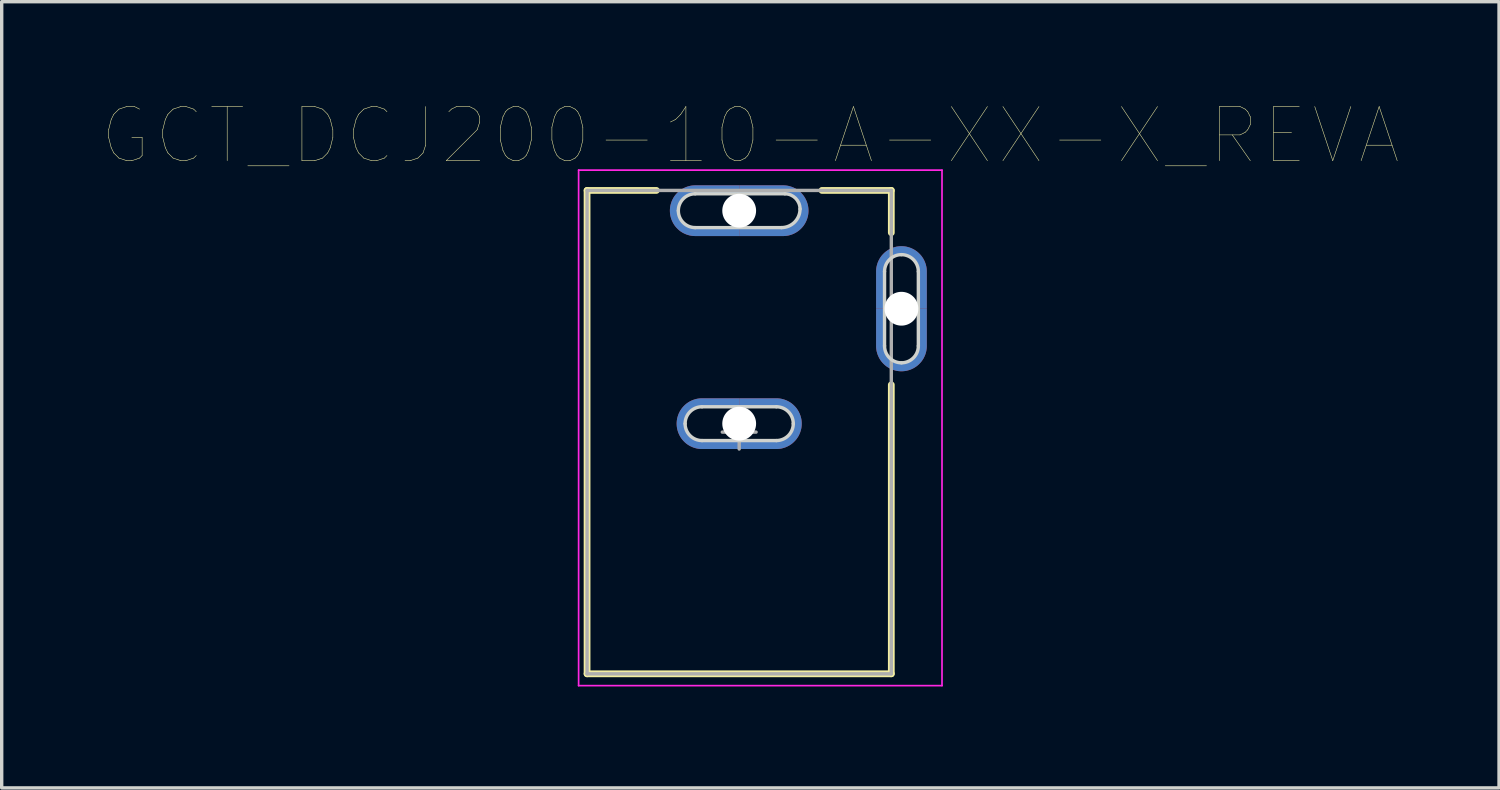
<source format=kicad_pcb>
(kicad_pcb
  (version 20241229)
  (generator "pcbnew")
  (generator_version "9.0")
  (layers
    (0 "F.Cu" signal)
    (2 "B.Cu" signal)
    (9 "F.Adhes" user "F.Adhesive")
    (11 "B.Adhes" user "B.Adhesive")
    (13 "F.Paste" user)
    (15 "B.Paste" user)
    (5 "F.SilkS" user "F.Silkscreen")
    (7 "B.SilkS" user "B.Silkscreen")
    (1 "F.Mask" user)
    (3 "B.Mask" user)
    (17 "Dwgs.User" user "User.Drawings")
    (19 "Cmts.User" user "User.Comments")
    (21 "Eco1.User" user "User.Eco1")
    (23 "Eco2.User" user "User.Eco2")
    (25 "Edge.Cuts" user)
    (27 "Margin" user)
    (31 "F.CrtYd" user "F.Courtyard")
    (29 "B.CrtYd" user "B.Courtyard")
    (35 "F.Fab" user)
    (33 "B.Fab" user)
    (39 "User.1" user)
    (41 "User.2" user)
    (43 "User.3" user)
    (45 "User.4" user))
  (footprint "GCT_DCJ200-10-A-XX-X_REVA"
    (layer "F.Cu")
    (at 18.817 9.733)
    (property "Reference" "GCT_DCJ200-10-A-XX-X_REVA" (at 0.33 -8.77 0) (layer "F.SilkS") (effects (font (size 1.601 1.601) (thickness 0.015))))
    (attr through_hole)
    (fp_poly (pts (xy 0 -7.05) (xy 0 -7.3) (xy -1.3 -7.3) (xy -1.339 -7.299) (xy -1.378 -7.296) (xy -1.417 -7.291) (xy -1.456 -7.284) (xy -1.494 -7.274) (xy -1.532 -7.263) (xy -1.569 -7.25) (xy -1.605 -7.235) (xy -1.64 -7.218) (xy -1.675 -7.2) (xy -1.708 -7.179) (xy -1.741 -7.157) (xy -1.772 -7.133) (xy -1.802 -7.107) (xy -1.83 -7.08) (xy -1.857 -7.052) (xy -1.883 -7.022) (xy -1.907 -6.991) (xy -1.929 -6.958) (xy -1.95 -6.925) (xy -1.968 -6.89) (xy -1.985 -6.855) (xy -2 -6.819) (xy -2.013 -6.782) (xy -2.024 -6.744) (xy -2.034 -6.706) (xy -2.041 -6.667) (xy -2.046 -6.628) (xy -2.049 -6.589) (xy -2.05 -6.55) (xy -2.049 -6.511) (xy -2.046 -6.472) (xy -2.041 -6.433) (xy -2.034 -6.394) (xy -2.024 -6.356) (xy -2.013 -6.318) (xy -2 -6.281) (xy -1.985 -6.245) (xy -1.968 -6.21) (xy -1.95 -6.175) (xy -1.929 -6.142) (xy -1.907 -6.109) (xy -1.883 -6.078) (xy -1.857 -6.048) (xy -1.83 -6.02) (xy -1.802 -5.993) (xy -1.772 -5.967) (xy -1.741 -5.943) (xy -1.708 -5.921) (xy -1.675 -5.9) (xy -1.64 -5.882) (xy -1.605 -5.865) (xy -1.569 -5.85) (xy -1.532 -5.837) (xy -1.494 -5.826) (xy -1.456 -5.816) (xy -1.417 -5.809) (xy -1.378 -5.804) (xy -1.339 -5.801) (xy -1.3 -5.8) (xy 0 -5.8) (xy 0 -6.05) (xy -1.3 -6.05) (xy -1.326 -6.051) (xy -1.352 -6.053) (xy -1.378 -6.056) (xy -1.404 -6.061) (xy -1.429 -6.067) (xy -1.455 -6.074) (xy -1.479 -6.083) (xy -1.503 -6.093) (xy -1.527 -6.104) (xy -1.55 -6.117) (xy -1.572 -6.131) (xy -1.594 -6.145) (xy -1.615 -6.161) (xy -1.635 -6.178) (xy -1.654 -6.196) (xy -1.672 -6.215) (xy -1.689 -6.235) (xy -1.705 -6.256) (xy -1.719 -6.278) (xy -1.733 -6.3) (xy -1.746 -6.323) (xy -1.757 -6.347) (xy -1.767 -6.371) (xy -1.776 -6.395) (xy -1.783 -6.421) (xy -1.789 -6.446) (xy -1.794 -6.472) (xy -1.797 -6.498) (xy -1.799 -6.524) (xy -1.8 -6.55) (xy -1.799 -6.576) (xy -1.797 -6.602) (xy -1.794 -6.628) (xy -1.789 -6.654) (xy -1.783 -6.679) (xy -1.776 -6.705) (xy -1.767 -6.729) (xy -1.757 -6.753) (xy -1.746 -6.777) (xy -1.733 -6.8) (xy -1.719 -6.822) (xy -1.705 -6.844) (xy -1.689 -6.865) (xy -1.672 -6.885) (xy -1.654 -6.904) (xy -1.635 -6.922) (xy -1.615 -6.939) (xy -1.594 -6.955) (xy -1.572 -6.969) (xy -1.55 -6.983) (xy -1.527 -6.996) (xy -1.503 -7.007) (xy -1.479 -7.017) (xy -1.455 -7.026) (xy -1.429 -7.033) (xy -1.404 -7.039) (xy -1.378 -7.044) (xy -1.352 -7.047) (xy -1.326 -7.049) (xy -1.3 -7.05) (xy 0 -7.05)) (stroke (width 0.001) (type solid)) (fill yes) (layer "F.Cu"))
    (fp_poly (pts (xy 0 -6.05) (xy 0 -5.8) (xy 1.3 -5.8) (xy 1.339 -5.801) (xy 1.378 -5.804) (xy 1.417 -5.809) (xy 1.456 -5.816) (xy 1.494 -5.826) (xy 1.532 -5.837) (xy 1.569 -5.85) (xy 1.605 -5.865) (xy 1.64 -5.882) (xy 1.675 -5.9) (xy 1.708 -5.921) (xy 1.741 -5.943) (xy 1.772 -5.967) (xy 1.802 -5.993) (xy 1.83 -6.02) (xy 1.857 -6.048) (xy 1.883 -6.078) (xy 1.907 -6.109) (xy 1.929 -6.142) (xy 1.95 -6.175) (xy 1.968 -6.21) (xy 1.985 -6.245) (xy 2 -6.281) (xy 2.013 -6.318) (xy 2.024 -6.356) (xy 2.034 -6.394) (xy 2.041 -6.433) (xy 2.046 -6.472) (xy 2.049 -6.511) (xy 2.05 -6.55) (xy 2.049 -6.589) (xy 2.046 -6.628) (xy 2.041 -6.667) (xy 2.034 -6.706) (xy 2.024 -6.744) (xy 2.013 -6.782) (xy 2 -6.819) (xy 1.985 -6.855) (xy 1.968 -6.89) (xy 1.95 -6.925) (xy 1.929 -6.958) (xy 1.907 -6.991) (xy 1.883 -7.022) (xy 1.857 -7.052) (xy 1.83 -7.08) (xy 1.802 -7.107) (xy 1.772 -7.133) (xy 1.741 -7.157) (xy 1.708 -7.179) (xy 1.675 -7.2) (xy 1.64 -7.218) (xy 1.605 -7.235) (xy 1.569 -7.25) (xy 1.532 -7.263) (xy 1.494 -7.274) (xy 1.456 -7.284) (xy 1.417 -7.291) (xy 1.378 -7.296) (xy 1.339 -7.299) (xy 1.3 -7.3) (xy 0 -7.3) (xy 0 -7.05) (xy 1.3 -7.05) (xy 1.326 -7.049) (xy 1.352 -7.047) (xy 1.378 -7.044) (xy 1.404 -7.039) (xy 1.429 -7.033) (xy 1.455 -7.026) (xy 1.479 -7.017) (xy 1.503 -7.007) (xy 1.527 -6.996) (xy 1.55 -6.983) (xy 1.572 -6.969) (xy 1.594 -6.955) (xy 1.615 -6.939) (xy 1.635 -6.922) (xy 1.654 -6.904) (xy 1.672 -6.885) (xy 1.689 -6.865) (xy 1.705 -6.844) (xy 1.719 -6.822) (xy 1.733 -6.8) (xy 1.746 -6.777) (xy 1.757 -6.753) (xy 1.767 -6.729) (xy 1.776 -6.705) (xy 1.783 -6.679) (xy 1.789 -6.654) (xy 1.794 -6.628) (xy 1.797 -6.602) (xy 1.799 -6.576) (xy 1.8 -6.55) (xy 1.799 -6.524) (xy 1.797 -6.498) (xy 1.794 -6.472) (xy 1.789 -6.446) (xy 1.783 -6.421) (xy 1.776 -6.395) (xy 1.767 -6.371) (xy 1.757 -6.347) (xy 1.746 -6.323) (xy 1.733 -6.3) (xy 1.719 -6.278) (xy 1.705 -6.256) (xy 1.689 -6.235) (xy 1.672 -6.215) (xy 1.654 -6.196) (xy 1.635 -6.178) (xy 1.615 -6.161) (xy 1.594 -6.145) (xy 1.572 -6.131) (xy 1.55 -6.117) (xy 1.527 -6.104) (xy 1.503 -6.093) (xy 1.479 -6.083) (xy 1.455 -6.074) (xy 1.429 -6.067) (xy 1.404 -6.061) (xy 1.378 -6.056) (xy 1.352 -6.053) (xy 1.326 -6.051) (xy 1.3 -6.05) (xy 0 -6.05)) (stroke (width 0.001) (type solid)) (fill yes) (layer "F.Cu"))
    (fp_poly (pts (xy 0 -0.75) (xy 0 -1) (xy -1.1 -1) (xy -1.139 -0.999) (xy -1.178 -0.996) (xy -1.217 -0.991) (xy -1.256 -0.984) (xy -1.294 -0.974) (xy -1.332 -0.963) (xy -1.369 -0.95) (xy -1.405 -0.935) (xy -1.44 -0.918) (xy -1.475 -0.9) (xy -1.508 -0.879) (xy -1.541 -0.857) (xy -1.572 -0.833) (xy -1.602 -0.807) (xy -1.63 -0.78) (xy -1.657 -0.752) (xy -1.683 -0.722) (xy -1.707 -0.691) (xy -1.729 -0.658) (xy -1.75 -0.625) (xy -1.768 -0.59) (xy -1.785 -0.555) (xy -1.8 -0.519) (xy -1.813 -0.482) (xy -1.824 -0.444) (xy -1.834 -0.406) (xy -1.841 -0.367) (xy -1.846 -0.328) (xy -1.849 -0.289) (xy -1.85 -0.25) (xy -1.849 -0.211) (xy -1.846 -0.172) (xy -1.841 -0.133) (xy -1.834 -0.094) (xy -1.824 -0.056) (xy -1.813 -0.018) (xy -1.8 0.019) (xy -1.785 0.055) (xy -1.768 0.09) (xy -1.75 0.125) (xy -1.729 0.158) (xy -1.707 0.191) (xy -1.683 0.222) (xy -1.657 0.252) (xy -1.63 0.28) (xy -1.602 0.307) (xy -1.572 0.333) (xy -1.541 0.357) (xy -1.508 0.379) (xy -1.475 0.4) (xy -1.44 0.418) (xy -1.405 0.435) (xy -1.369 0.45) (xy -1.332 0.463) (xy -1.294 0.474) (xy -1.256 0.484) (xy -1.217 0.491) (xy -1.178 0.496) (xy -1.139 0.499) (xy -1.1 0.5) (xy 0 0.5) (xy 0 0.25) (xy -1.1 0.25) (xy -1.126 0.249) (xy -1.152 0.247) (xy -1.178 0.244) (xy -1.204 0.239) (xy -1.229 0.233) (xy -1.255 0.226) (xy -1.279 0.217) (xy -1.303 0.207) (xy -1.327 0.196) (xy -1.35 0.183) (xy -1.372 0.169) (xy -1.394 0.155) (xy -1.415 0.139) (xy -1.435 0.122) (xy -1.454 0.104) (xy -1.472 0.085) (xy -1.489 0.065) (xy -1.505 0.044) (xy -1.519 0.022) (xy -1.533 0) (xy -1.546 -0.023) (xy -1.557 -0.047) (xy -1.567 -0.071) (xy -1.576 -0.095) (xy -1.583 -0.121) (xy -1.589 -0.146) (xy -1.594 -0.172) (xy -1.597 -0.198) (xy -1.599 -0.224) (xy -1.6 -0.25) (xy -1.599 -0.276) (xy -1.597 -0.302) (xy -1.594 -0.328) (xy -1.589 -0.354) (xy -1.583 -0.379) (xy -1.576 -0.405) (xy -1.567 -0.429) (xy -1.557 -0.453) (xy -1.546 -0.477) (xy -1.533 -0.5) (xy -1.519 -0.522) (xy -1.505 -0.544) (xy -1.489 -0.565) (xy -1.472 -0.585) (xy -1.454 -0.604) (xy -1.435 -0.622) (xy -1.415 -0.639) (xy -1.394 -0.655) (xy -1.372 -0.669) (xy -1.35 -0.683) (xy -1.327 -0.696) (xy -1.303 -0.707) (xy -1.279 -0.717) (xy -1.255 -0.726) (xy -1.229 -0.733) (xy -1.204 -0.739) (xy -1.178 -0.744) (xy -1.152 -0.747) (xy -1.126 -0.749) (xy -1.1 -0.75) (xy 0 -0.75)) (stroke (width 0.001) (type solid)) (fill yes) (layer "F.Cu"))
    (fp_poly (pts (xy 0 0.25) (xy 0 0.5) (xy 1.1 0.5) (xy 1.139 0.499) (xy 1.178 0.496) (xy 1.217 0.491) (xy 1.256 0.484) (xy 1.294 0.474) (xy 1.332 0.463) (xy 1.369 0.45) (xy 1.405 0.435) (xy 1.44 0.418) (xy 1.475 0.4) (xy 1.508 0.379) (xy 1.541 0.357) (xy 1.572 0.333) (xy 1.602 0.307) (xy 1.63 0.28) (xy 1.657 0.252) (xy 1.683 0.222) (xy 1.707 0.191) (xy 1.729 0.158) (xy 1.75 0.125) (xy 1.768 0.09) (xy 1.785 0.055) (xy 1.8 0.019) (xy 1.813 -0.018) (xy 1.824 -0.056) (xy 1.834 -0.094) (xy 1.841 -0.133) (xy 1.846 -0.172) (xy 1.849 -0.211) (xy 1.85 -0.25) (xy 1.849 -0.289) (xy 1.846 -0.328) (xy 1.841 -0.367) (xy 1.834 -0.406) (xy 1.824 -0.444) (xy 1.813 -0.482) (xy 1.8 -0.519) (xy 1.785 -0.555) (xy 1.768 -0.59) (xy 1.75 -0.625) (xy 1.729 -0.658) (xy 1.707 -0.691) (xy 1.683 -0.722) (xy 1.657 -0.752) (xy 1.63 -0.78) (xy 1.602 -0.807) (xy 1.572 -0.833) (xy 1.541 -0.857) (xy 1.508 -0.879) (xy 1.475 -0.9) (xy 1.44 -0.918) (xy 1.405 -0.935) (xy 1.369 -0.95) (xy 1.332 -0.963) (xy 1.294 -0.974) (xy 1.256 -0.984) (xy 1.217 -0.991) (xy 1.178 -0.996) (xy 1.139 -0.999) (xy 1.1 -1) (xy 0 -1) (xy 0 -0.75) (xy 1.1 -0.75) (xy 1.126 -0.749) (xy 1.152 -0.747) (xy 1.178 -0.744) (xy 1.204 -0.739) (xy 1.229 -0.733) (xy 1.255 -0.726) (xy 1.279 -0.717) (xy 1.303 -0.707) (xy 1.327 -0.696) (xy 1.35 -0.683) (xy 1.372 -0.669) (xy 1.394 -0.655) (xy 1.415 -0.639) (xy 1.435 -0.622) (xy 1.454 -0.604) (xy 1.472 -0.585) (xy 1.489 -0.565) (xy 1.505 -0.544) (xy 1.519 -0.522) (xy 1.533 -0.5) (xy 1.546 -0.477) (xy 1.557 -0.453) (xy 1.567 -0.429) (xy 1.576 -0.405) (xy 1.583 -0.379) (xy 1.589 -0.354) (xy 1.594 -0.328) (xy 1.597 -0.302) (xy 1.599 -0.276) (xy 1.6 -0.25) (xy 1.599 -0.224) (xy 1.597 -0.198) (xy 1.594 -0.172) (xy 1.589 -0.146) (xy 1.583 -0.121) (xy 1.576 -0.095) (xy 1.567 -0.071) (xy 1.557 -0.047) (xy 1.546 -0.023) (xy 1.533 0) (xy 1.519 0.022) (xy 1.505 0.044) (xy 1.489 0.065) (xy 1.472 0.085) (xy 1.454 0.104) (xy 1.435 0.122) (xy 1.415 0.139) (xy 1.394 0.155) (xy 1.372 0.169) (xy 1.35 0.183) (xy 1.327 0.196) (xy 1.303 0.207) (xy 1.279 0.217) (xy 1.255 0.226) (xy 1.229 0.233) (xy 1.204 0.239) (xy 1.178 0.244) (xy 1.152 0.247) (xy 1.126 0.249) (xy 1.1 0.25) (xy 0 0.25)) (stroke (width 0.001) (type solid)) (fill yes) (layer "F.Cu"))
    (fp_poly (pts (xy 4.3 -3.65) (xy 4.05 -3.65) (xy 4.05 -2.55) (xy 4.051 -2.511) (xy 4.054 -2.472) (xy 4.059 -2.433) (xy 4.066 -2.394) (xy 4.076 -2.356) (xy 4.087 -2.318) (xy 4.1 -2.281) (xy 4.115 -2.245) (xy 4.132 -2.21) (xy 4.15 -2.175) (xy 4.171 -2.142) (xy 4.193 -2.109) (xy 4.217 -2.078) (xy 4.243 -2.048) (xy 4.27 -2.02) (xy 4.298 -1.993) (xy 4.328 -1.967) (xy 4.359 -1.943) (xy 4.392 -1.921) (xy 4.425 -1.9) (xy 4.46 -1.882) (xy 4.495 -1.865) (xy 4.531 -1.85) (xy 4.568 -1.837) (xy 4.606 -1.826) (xy 4.644 -1.816) (xy 4.683 -1.809) (xy 4.722 -1.804) (xy 4.761 -1.801) (xy 4.8 -1.8) (xy 4.839 -1.801) (xy 4.878 -1.804) (xy 4.917 -1.809) (xy 4.956 -1.816) (xy 4.994 -1.826) (xy 5.032 -1.837) (xy 5.069 -1.85) (xy 5.105 -1.865) (xy 5.14 -1.882) (xy 5.175 -1.9) (xy 5.208 -1.921) (xy 5.241 -1.943) (xy 5.272 -1.967) (xy 5.302 -1.993) (xy 5.33 -2.02) (xy 5.357 -2.048) (xy 5.383 -2.078) (xy 5.407 -2.109) (xy 5.429 -2.142) (xy 5.45 -2.175) (xy 5.468 -2.21) (xy 5.485 -2.245) (xy 5.5 -2.281) (xy 5.513 -2.318) (xy 5.524 -2.356) (xy 5.534 -2.394) (xy 5.541 -2.433) (xy 5.546 -2.472) (xy 5.549 -2.511) (xy 5.55 -2.55) (xy 5.55 -3.65) (xy 5.3 -3.65) (xy 5.3 -2.55) (xy 5.299 -2.524) (xy 5.297 -2.498) (xy 5.294 -2.472) (xy 5.289 -2.446) (xy 5.283 -2.421) (xy 5.276 -2.395) (xy 5.267 -2.371) (xy 5.257 -2.347) (xy 5.246 -2.323) (xy 5.233 -2.3) (xy 5.219 -2.278) (xy 5.205 -2.256) (xy 5.189 -2.235) (xy 5.172 -2.215) (xy 5.154 -2.196) (xy 5.135 -2.178) (xy 5.115 -2.161) (xy 5.094 -2.145) (xy 5.072 -2.131) (xy 5.05 -2.117) (xy 5.027 -2.104) (xy 5.003 -2.093) (xy 4.979 -2.083) (xy 4.955 -2.074) (xy 4.929 -2.067) (xy 4.904 -2.061) (xy 4.878 -2.056) (xy 4.852 -2.053) (xy 4.826 -2.051) (xy 4.8 -2.05) (xy 4.774 -2.051) (xy 4.748 -2.053) (xy 4.722 -2.056) (xy 4.696 -2.061) (xy 4.671 -2.067) (xy 4.645 -2.074) (xy 4.621 -2.083) (xy 4.597 -2.093) (xy 4.573 -2.104) (xy 4.55 -2.117) (xy 4.528 -2.131) (xy 4.506 -2.145) (xy 4.485 -2.161) (xy 4.465 -2.178) (xy 4.446 -2.196) (xy 4.428 -2.215) (xy 4.411 -2.235) (xy 4.395 -2.256) (xy 4.381 -2.278) (xy 4.367 -2.3) (xy 4.354 -2.323) (xy 4.343 -2.347) (xy 4.333 -2.371) (xy 4.324 -2.395) (xy 4.317 -2.421) (xy 4.311 -2.446) (xy 4.306 -2.472) (xy 4.303 -2.498) (xy 4.301 -2.524) (xy 4.3 -2.55) (xy 4.3 -3.65)) (stroke (width 0.001) (type solid)) (fill yes) (layer "F.Cu"))
    (fp_poly (pts (xy 5.3 -3.65) (xy 5.55 -3.65) (xy 5.55 -4.75) (xy 5.549 -4.789) (xy 5.546 -4.828) (xy 5.541 -4.867) (xy 5.534 -4.906) (xy 5.524 -4.944) (xy 5.513 -4.982) (xy 5.5 -5.019) (xy 5.485 -5.055) (xy 5.468 -5.09) (xy 5.45 -5.125) (xy 5.429 -5.158) (xy 5.407 -5.191) (xy 5.383 -5.222) (xy 5.357 -5.252) (xy 5.33 -5.28) (xy 5.302 -5.307) (xy 5.272 -5.333) (xy 5.241 -5.357) (xy 5.208 -5.379) (xy 5.175 -5.4) (xy 5.14 -5.418) (xy 5.105 -5.435) (xy 5.069 -5.45) (xy 5.032 -5.463) (xy 4.994 -5.474) (xy 4.956 -5.484) (xy 4.917 -5.491) (xy 4.878 -5.496) (xy 4.839 -5.499) (xy 4.8 -5.5) (xy 4.761 -5.499) (xy 4.722 -5.496) (xy 4.683 -5.491) (xy 4.644 -5.484) (xy 4.606 -5.474) (xy 4.568 -5.463) (xy 4.531 -5.45) (xy 4.495 -5.435) (xy 4.46 -5.418) (xy 4.425 -5.4) (xy 4.392 -5.379) (xy 4.359 -5.357) (xy 4.328 -5.333) (xy 4.298 -5.307) (xy 4.27 -5.28) (xy 4.243 -5.252) (xy 4.217 -5.222) (xy 4.193 -5.191) (xy 4.171 -5.158) (xy 4.15 -5.125) (xy 4.132 -5.09) (xy 4.115 -5.055) (xy 4.1 -5.019) (xy 4.087 -4.982) (xy 4.076 -4.944) (xy 4.066 -4.906) (xy 4.059 -4.867) (xy 4.054 -4.828) (xy 4.051 -4.789) (xy 4.05 -4.75) (xy 4.05 -3.65) (xy 4.3 -3.65) (xy 4.3 -4.75) (xy 4.301 -4.776) (xy 4.303 -4.802) (xy 4.306 -4.828) (xy 4.311 -4.854) (xy 4.317 -4.879) (xy 4.324 -4.905) (xy 4.333 -4.929) (xy 4.343 -4.953) (xy 4.354 -4.977) (xy 4.367 -5) (xy 4.381 -5.022) (xy 4.395 -5.044) (xy 4.411 -5.065) (xy 4.428 -5.085) (xy 4.446 -5.104) (xy 4.465 -5.122) (xy 4.485 -5.139) (xy 4.506 -5.155) (xy 4.528 -5.169) (xy 4.55 -5.183) (xy 4.573 -5.196) (xy 4.597 -5.207) (xy 4.621 -5.217) (xy 4.645 -5.226) (xy 4.671 -5.233) (xy 4.696 -5.239) (xy 4.722 -5.244) (xy 4.748 -5.247) (xy 4.774 -5.249) (xy 4.8 -5.25) (xy 4.826 -5.249) (xy 4.852 -5.247) (xy 4.878 -5.244) (xy 4.904 -5.239) (xy 4.929 -5.233) (xy 4.955 -5.226) (xy 4.979 -5.217) (xy 5.003 -5.207) (xy 5.027 -5.196) (xy 5.05 -5.183) (xy 5.072 -5.169) (xy 5.094 -5.155) (xy 5.115 -5.139) (xy 5.135 -5.122) (xy 5.154 -5.104) (xy 5.172 -5.085) (xy 5.189 -5.065) (xy 5.205 -5.044) (xy 5.219 -5.022) (xy 5.233 -5) (xy 5.246 -4.977) (xy 5.257 -4.953) (xy 5.267 -4.929) (xy 5.276 -4.905) (xy 5.283 -4.879) (xy 5.289 -4.854) (xy 5.294 -4.828) (xy 5.297 -4.802) (xy 5.299 -4.776) (xy 5.3 -4.75) (xy 5.3 -3.65)) (stroke (width 0.001) (type solid)) (fill yes) (layer "F.Cu"))
    (fp_poly (pts (xy -2.152 -7.4) (xy 2.15 -7.4) (xy 2.15 -5.706) (xy -2.152 -5.706)) (stroke (width 0.01) (type solid)) (fill yes) (layer "F.Mask"))
    (fp_poly (pts (xy -1.951 -1.1) (xy 1.95 -1.1) (xy 1.95 0.6) (xy -1.951 0.6)) (stroke (width 0.01) (type solid)) (fill yes) (layer "F.Mask"))
    (fp_poly (pts (xy 2.855 -4.5) (xy 6.75 -4.5) (xy 6.75 -2.804) (xy 2.855 -2.804)) (stroke (width 0.01) (type solid)) (fill yes) (layer "F.Mask"))
    (fp_poly (pts (xy 0 -7.05) (xy 0 -7.3) (xy -1.3 -7.3) (xy -1.339 -7.299) (xy -1.378 -7.296) (xy -1.417 -7.291) (xy -1.456 -7.284) (xy -1.494 -7.274) (xy -1.532 -7.263) (xy -1.569 -7.25) (xy -1.605 -7.235) (xy -1.64 -7.218) (xy -1.675 -7.2) (xy -1.708 -7.179) (xy -1.741 -7.157) (xy -1.772 -7.133) (xy -1.802 -7.107) (xy -1.83 -7.08) (xy -1.857 -7.052) (xy -1.883 -7.022) (xy -1.907 -6.991) (xy -1.929 -6.958) (xy -1.95 -6.925) (xy -1.968 -6.89) (xy -1.985 -6.855) (xy -2 -6.819) (xy -2.013 -6.782) (xy -2.024 -6.744) (xy -2.034 -6.706) (xy -2.041 -6.667) (xy -2.046 -6.628) (xy -2.049 -6.589) (xy -2.05 -6.55) (xy -2.049 -6.511) (xy -2.046 -6.472) (xy -2.041 -6.433) (xy -2.034 -6.394) (xy -2.024 -6.356) (xy -2.013 -6.318) (xy -2 -6.281) (xy -1.985 -6.245) (xy -1.968 -6.21) (xy -1.95 -6.175) (xy -1.929 -6.142) (xy -1.907 -6.109) (xy -1.883 -6.078) (xy -1.857 -6.048) (xy -1.83 -6.02) (xy -1.802 -5.993) (xy -1.772 -5.967) (xy -1.741 -5.943) (xy -1.708 -5.921) (xy -1.675 -5.9) (xy -1.64 -5.882) (xy -1.605 -5.865) (xy -1.569 -5.85) (xy -1.532 -5.837) (xy -1.494 -5.826) (xy -1.456 -5.816) (xy -1.417 -5.809) (xy -1.378 -5.804) (xy -1.339 -5.801) (xy -1.3 -5.8) (xy 0 -5.8) (xy 0 -6.05) (xy -1.3 -6.05) (xy -1.326 -6.051) (xy -1.352 -6.053) (xy -1.378 -6.056) (xy -1.404 -6.061) (xy -1.429 -6.067) (xy -1.455 -6.074) (xy -1.479 -6.083) (xy -1.503 -6.093) (xy -1.527 -6.104) (xy -1.55 -6.117) (xy -1.572 -6.131) (xy -1.594 -6.145) (xy -1.615 -6.161) (xy -1.635 -6.178) (xy -1.654 -6.196) (xy -1.672 -6.215) (xy -1.689 -6.235) (xy -1.705 -6.256) (xy -1.719 -6.278) (xy -1.733 -6.3) (xy -1.746 -6.323) (xy -1.757 -6.347) (xy -1.767 -6.371) (xy -1.776 -6.395) (xy -1.783 -6.421) (xy -1.789 -6.446) (xy -1.794 -6.472) (xy -1.797 -6.498) (xy -1.799 -6.524) (xy -1.8 -6.55) (xy -1.799 -6.576) (xy -1.797 -6.602) (xy -1.794 -6.628) (xy -1.789 -6.654) (xy -1.783 -6.679) (xy -1.776 -6.705) (xy -1.767 -6.729) (xy -1.757 -6.753) (xy -1.746 -6.777) (xy -1.733 -6.8) (xy -1.719 -6.822) (xy -1.705 -6.844) (xy -1.689 -6.865) (xy -1.672 -6.885) (xy -1.654 -6.904) (xy -1.635 -6.922) (xy -1.615 -6.939) (xy -1.594 -6.955) (xy -1.572 -6.969) (xy -1.55 -6.983) (xy -1.527 -6.996) (xy -1.503 -7.007) (xy -1.479 -7.017) (xy -1.455 -7.026) (xy -1.429 -7.033) (xy -1.404 -7.039) (xy -1.378 -7.044) (xy -1.352 -7.047) (xy -1.326 -7.049) (xy -1.3 -7.05) (xy 0 -7.05)) (stroke (width 0.001) (type solid)) (fill yes) (layer "B.Cu"))
    (fp_poly (pts (xy 0 -6.05) (xy 0 -5.8) (xy 1.3 -5.8) (xy 1.339 -5.801) (xy 1.378 -5.804) (xy 1.417 -5.809) (xy 1.456 -5.816) (xy 1.494 -5.826) (xy 1.532 -5.837) (xy 1.569 -5.85) (xy 1.605 -5.865) (xy 1.64 -5.882) (xy 1.675 -5.9) (xy 1.708 -5.921) (xy 1.741 -5.943) (xy 1.772 -5.967) (xy 1.802 -5.993) (xy 1.83 -6.02) (xy 1.857 -6.048) (xy 1.883 -6.078) (xy 1.907 -6.109) (xy 1.929 -6.142) (xy 1.95 -6.175) (xy 1.968 -6.21) (xy 1.985 -6.245) (xy 2 -6.281) (xy 2.013 -6.318) (xy 2.024 -6.356) (xy 2.034 -6.394) (xy 2.041 -6.433) (xy 2.046 -6.472) (xy 2.049 -6.511) (xy 2.05 -6.55) (xy 2.049 -6.589) (xy 2.046 -6.628) (xy 2.041 -6.667) (xy 2.034 -6.706) (xy 2.024 -6.744) (xy 2.013 -6.782) (xy 2 -6.819) (xy 1.985 -6.855) (xy 1.968 -6.89) (xy 1.95 -6.925) (xy 1.929 -6.958) (xy 1.907 -6.991) (xy 1.883 -7.022) (xy 1.857 -7.052) (xy 1.83 -7.08) (xy 1.802 -7.107) (xy 1.772 -7.133) (xy 1.741 -7.157) (xy 1.708 -7.179) (xy 1.675 -7.2) (xy 1.64 -7.218) (xy 1.605 -7.235) (xy 1.569 -7.25) (xy 1.532 -7.263) (xy 1.494 -7.274) (xy 1.456 -7.284) (xy 1.417 -7.291) (xy 1.378 -7.296) (xy 1.339 -7.299) (xy 1.3 -7.3) (xy 0 -7.3) (xy 0 -7.05) (xy 1.3 -7.05) (xy 1.326 -7.049) (xy 1.352 -7.047) (xy 1.378 -7.044) (xy 1.404 -7.039) (xy 1.429 -7.033) (xy 1.455 -7.026) (xy 1.479 -7.017) (xy 1.503 -7.007) (xy 1.527 -6.996) (xy 1.55 -6.983) (xy 1.572 -6.969) (xy 1.594 -6.955) (xy 1.615 -6.939) (xy 1.635 -6.922) (xy 1.654 -6.904) (xy 1.672 -6.885) (xy 1.689 -6.865) (xy 1.705 -6.844) (xy 1.719 -6.822) (xy 1.733 -6.8) (xy 1.746 -6.777) (xy 1.757 -6.753) (xy 1.767 -6.729) (xy 1.776 -6.705) (xy 1.783 -6.679) (xy 1.789 -6.654) (xy 1.794 -6.628) (xy 1.797 -6.602) (xy 1.799 -6.576) (xy 1.8 -6.55) (xy 1.799 -6.524) (xy 1.797 -6.498) (xy 1.794 -6.472) (xy 1.789 -6.446) (xy 1.783 -6.421) (xy 1.776 -6.395) (xy 1.767 -6.371) (xy 1.757 -6.347) (xy 1.746 -6.323) (xy 1.733 -6.3) (xy 1.719 -6.278) (xy 1.705 -6.256) (xy 1.689 -6.235) (xy 1.672 -6.215) (xy 1.654 -6.196) (xy 1.635 -6.178) (xy 1.615 -6.161) (xy 1.594 -6.145) (xy 1.572 -6.131) (xy 1.55 -6.117) (xy 1.527 -6.104) (xy 1.503 -6.093) (xy 1.479 -6.083) (xy 1.455 -6.074) (xy 1.429 -6.067) (xy 1.404 -6.061) (xy 1.378 -6.056) (xy 1.352 -6.053) (xy 1.326 -6.051) (xy 1.3 -6.05) (xy 0 -6.05)) (stroke (width 0.001) (type solid)) (fill yes) (layer "B.Cu"))
    (fp_poly (pts (xy 0 -0.75) (xy 0 -1) (xy -1.1 -1) (xy -1.139 -0.999) (xy -1.178 -0.996) (xy -1.217 -0.991) (xy -1.256 -0.984) (xy -1.294 -0.974) (xy -1.332 -0.963) (xy -1.369 -0.95) (xy -1.405 -0.935) (xy -1.44 -0.918) (xy -1.475 -0.9) (xy -1.508 -0.879) (xy -1.541 -0.857) (xy -1.572 -0.833) (xy -1.602 -0.807) (xy -1.63 -0.78) (xy -1.657 -0.752) (xy -1.683 -0.722) (xy -1.707 -0.691) (xy -1.729 -0.658) (xy -1.75 -0.625) (xy -1.768 -0.59) (xy -1.785 -0.555) (xy -1.8 -0.519) (xy -1.813 -0.482) (xy -1.824 -0.444) (xy -1.834 -0.406) (xy -1.841 -0.367) (xy -1.846 -0.328) (xy -1.849 -0.289) (xy -1.85 -0.25) (xy -1.849 -0.211) (xy -1.846 -0.172) (xy -1.841 -0.133) (xy -1.834 -0.094) (xy -1.824 -0.056) (xy -1.813 -0.018) (xy -1.8 0.019) (xy -1.785 0.055) (xy -1.768 0.09) (xy -1.75 0.125) (xy -1.729 0.158) (xy -1.707 0.191) (xy -1.683 0.222) (xy -1.657 0.252) (xy -1.63 0.28) (xy -1.602 0.307) (xy -1.572 0.333) (xy -1.541 0.357) (xy -1.508 0.379) (xy -1.475 0.4) (xy -1.44 0.418) (xy -1.405 0.435) (xy -1.369 0.45) (xy -1.332 0.463) (xy -1.294 0.474) (xy -1.256 0.484) (xy -1.217 0.491) (xy -1.178 0.496) (xy -1.139 0.499) (xy -1.1 0.5) (xy 0 0.5) (xy 0 0.25) (xy -1.1 0.25) (xy -1.126 0.249) (xy -1.152 0.247) (xy -1.178 0.244) (xy -1.204 0.239) (xy -1.229 0.233) (xy -1.255 0.226) (xy -1.279 0.217) (xy -1.303 0.207) (xy -1.327 0.196) (xy -1.35 0.183) (xy -1.372 0.169) (xy -1.394 0.155) (xy -1.415 0.139) (xy -1.435 0.122) (xy -1.454 0.104) (xy -1.472 0.085) (xy -1.489 0.065) (xy -1.505 0.044) (xy -1.519 0.022) (xy -1.533 0) (xy -1.546 -0.023) (xy -1.557 -0.047) (xy -1.567 -0.071) (xy -1.576 -0.095) (xy -1.583 -0.121) (xy -1.589 -0.146) (xy -1.594 -0.172) (xy -1.597 -0.198) (xy -1.599 -0.224) (xy -1.6 -0.25) (xy -1.599 -0.276) (xy -1.597 -0.302) (xy -1.594 -0.328) (xy -1.589 -0.354) (xy -1.583 -0.379) (xy -1.576 -0.405) (xy -1.567 -0.429) (xy -1.557 -0.453) (xy -1.546 -0.477) (xy -1.533 -0.5) (xy -1.519 -0.522) (xy -1.505 -0.544) (xy -1.489 -0.565) (xy -1.472 -0.585) (xy -1.454 -0.604) (xy -1.435 -0.622) (xy -1.415 -0.639) (xy -1.394 -0.655) (xy -1.372 -0.669) (xy -1.35 -0.683) (xy -1.327 -0.696) (xy -1.303 -0.707) (xy -1.279 -0.717) (xy -1.255 -0.726) (xy -1.229 -0.733) (xy -1.204 -0.739) (xy -1.178 -0.744) (xy -1.152 -0.747) (xy -1.126 -0.749) (xy -1.1 -0.75) (xy 0 -0.75)) (stroke (width 0.001) (type solid)) (fill yes) (layer "B.Cu"))
    (fp_poly (pts (xy 0 0.25) (xy 0 0.5) (xy 1.1 0.5) (xy 1.139 0.499) (xy 1.178 0.496) (xy 1.217 0.491) (xy 1.256 0.484) (xy 1.294 0.474) (xy 1.332 0.463) (xy 1.369 0.45) (xy 1.405 0.435) (xy 1.44 0.418) (xy 1.475 0.4) (xy 1.508 0.379) (xy 1.541 0.357) (xy 1.572 0.333) (xy 1.602 0.307) (xy 1.63 0.28) (xy 1.657 0.252) (xy 1.683 0.222) (xy 1.707 0.191) (xy 1.729 0.158) (xy 1.75 0.125) (xy 1.768 0.09) (xy 1.785 0.055) (xy 1.8 0.019) (xy 1.813 -0.018) (xy 1.824 -0.056) (xy 1.834 -0.094) (xy 1.841 -0.133) (xy 1.846 -0.172) (xy 1.849 -0.211) (xy 1.85 -0.25) (xy 1.849 -0.289) (xy 1.846 -0.328) (xy 1.841 -0.367) (xy 1.834 -0.406) (xy 1.824 -0.444) (xy 1.813 -0.482) (xy 1.8 -0.519) (xy 1.785 -0.555) (xy 1.768 -0.59) (xy 1.75 -0.625) (xy 1.729 -0.658) (xy 1.707 -0.691) (xy 1.683 -0.722) (xy 1.657 -0.752) (xy 1.63 -0.78) (xy 1.602 -0.807) (xy 1.572 -0.833) (xy 1.541 -0.857) (xy 1.508 -0.879) (xy 1.475 -0.9) (xy 1.44 -0.918) (xy 1.405 -0.935) (xy 1.369 -0.95) (xy 1.332 -0.963) (xy 1.294 -0.974) (xy 1.256 -0.984) (xy 1.217 -0.991) (xy 1.178 -0.996) (xy 1.139 -0.999) (xy 1.1 -1) (xy 0 -1) (xy 0 -0.75) (xy 1.1 -0.75) (xy 1.126 -0.749) (xy 1.152 -0.747) (xy 1.178 -0.744) (xy 1.204 -0.739) (xy 1.229 -0.733) (xy 1.255 -0.726) (xy 1.279 -0.717) (xy 1.303 -0.707) (xy 1.327 -0.696) (xy 1.35 -0.683) (xy 1.372 -0.669) (xy 1.394 -0.655) (xy 1.415 -0.639) (xy 1.435 -0.622) (xy 1.454 -0.604) (xy 1.472 -0.585) (xy 1.489 -0.565) (xy 1.505 -0.544) (xy 1.519 -0.522) (xy 1.533 -0.5) (xy 1.546 -0.477) (xy 1.557 -0.453) (xy 1.567 -0.429) (xy 1.576 -0.405) (xy 1.583 -0.379) (xy 1.589 -0.354) (xy 1.594 -0.328) (xy 1.597 -0.302) (xy 1.599 -0.276) (xy 1.6 -0.25) (xy 1.599 -0.224) (xy 1.597 -0.198) (xy 1.594 -0.172) (xy 1.589 -0.146) (xy 1.583 -0.121) (xy 1.576 -0.095) (xy 1.567 -0.071) (xy 1.557 -0.047) (xy 1.546 -0.023) (xy 1.533 0) (xy 1.519 0.022) (xy 1.505 0.044) (xy 1.489 0.065) (xy 1.472 0.085) (xy 1.454 0.104) (xy 1.435 0.122) (xy 1.415 0.139) (xy 1.394 0.155) (xy 1.372 0.169) (xy 1.35 0.183) (xy 1.327 0.196) (xy 1.303 0.207) (xy 1.279 0.217) (xy 1.255 0.226) (xy 1.229 0.233) (xy 1.204 0.239) (xy 1.178 0.244) (xy 1.152 0.247) (xy 1.126 0.249) (xy 1.1 0.25) (xy 0 0.25)) (stroke (width 0.001) (type solid)) (fill yes) (layer "B.Cu"))
    (fp_poly (pts (xy 4.3 -3.65) (xy 4.05 -3.65) (xy 4.05 -2.55) (xy 4.051 -2.511) (xy 4.054 -2.472) (xy 4.059 -2.433) (xy 4.066 -2.394) (xy 4.076 -2.356) (xy 4.087 -2.318) (xy 4.1 -2.281) (xy 4.115 -2.245) (xy 4.132 -2.21) (xy 4.15 -2.175) (xy 4.171 -2.142) (xy 4.193 -2.109) (xy 4.217 -2.078) (xy 4.243 -2.048) (xy 4.27 -2.02) (xy 4.298 -1.993) (xy 4.328 -1.967) (xy 4.359 -1.943) (xy 4.392 -1.921) (xy 4.425 -1.9) (xy 4.46 -1.882) (xy 4.495 -1.865) (xy 4.531 -1.85) (xy 4.568 -1.837) (xy 4.606 -1.826) (xy 4.644 -1.816) (xy 4.683 -1.809) (xy 4.722 -1.804) (xy 4.761 -1.801) (xy 4.8 -1.8) (xy 4.839 -1.801) (xy 4.878 -1.804) (xy 4.917 -1.809) (xy 4.956 -1.816) (xy 4.994 -1.826) (xy 5.032 -1.837) (xy 5.069 -1.85) (xy 5.105 -1.865) (xy 5.14 -1.882) (xy 5.175 -1.9) (xy 5.208 -1.921) (xy 5.241 -1.943) (xy 5.272 -1.967) (xy 5.302 -1.993) (xy 5.33 -2.02) (xy 5.357 -2.048) (xy 5.383 -2.078) (xy 5.407 -2.109) (xy 5.429 -2.142) (xy 5.45 -2.175) (xy 5.468 -2.21) (xy 5.485 -2.245) (xy 5.5 -2.281) (xy 5.513 -2.318) (xy 5.524 -2.356) (xy 5.534 -2.394) (xy 5.541 -2.433) (xy 5.546 -2.472) (xy 5.549 -2.511) (xy 5.55 -2.55) (xy 5.55 -3.65) (xy 5.3 -3.65) (xy 5.3 -2.55) (xy 5.299 -2.524) (xy 5.297 -2.498) (xy 5.294 -2.472) (xy 5.289 -2.446) (xy 5.283 -2.421) (xy 5.276 -2.395) (xy 5.267 -2.371) (xy 5.257 -2.347) (xy 5.246 -2.323) (xy 5.233 -2.3) (xy 5.219 -2.278) (xy 5.205 -2.256) (xy 5.189 -2.235) (xy 5.172 -2.215) (xy 5.154 -2.196) (xy 5.135 -2.178) (xy 5.115 -2.161) (xy 5.094 -2.145) (xy 5.072 -2.131) (xy 5.05 -2.117) (xy 5.027 -2.104) (xy 5.003 -2.093) (xy 4.979 -2.083) (xy 4.955 -2.074) (xy 4.929 -2.067) (xy 4.904 -2.061) (xy 4.878 -2.056) (xy 4.852 -2.053) (xy 4.826 -2.051) (xy 4.8 -2.05) (xy 4.774 -2.051) (xy 4.748 -2.053) (xy 4.722 -2.056) (xy 4.696 -2.061) (xy 4.671 -2.067) (xy 4.645 -2.074) (xy 4.621 -2.083) (xy 4.597 -2.093) (xy 4.573 -2.104) (xy 4.55 -2.117) (xy 4.528 -2.131) (xy 4.506 -2.145) (xy 4.485 -2.161) (xy 4.465 -2.178) (xy 4.446 -2.196) (xy 4.428 -2.215) (xy 4.411 -2.235) (xy 4.395 -2.256) (xy 4.381 -2.278) (xy 4.367 -2.3) (xy 4.354 -2.323) (xy 4.343 -2.347) (xy 4.333 -2.371) (xy 4.324 -2.395) (xy 4.317 -2.421) (xy 4.311 -2.446) (xy 4.306 -2.472) (xy 4.303 -2.498) (xy 4.301 -2.524) (xy 4.3 -2.55) (xy 4.3 -3.65)) (stroke (width 0.001) (type solid)) (fill yes) (layer "B.Cu"))
    (fp_poly (pts (xy 5.3 -3.65) (xy 5.55 -3.65) (xy 5.55 -4.75) (xy 5.549 -4.789) (xy 5.546 -4.828) (xy 5.541 -4.867) (xy 5.534 -4.906) (xy 5.524 -4.944) (xy 5.513 -4.982) (xy 5.5 -5.019) (xy 5.485 -5.055) (xy 5.468 -5.09) (xy 5.45 -5.125) (xy 5.429 -5.158) (xy 5.407 -5.191) (xy 5.383 -5.222) (xy 5.357 -5.252) (xy 5.33 -5.28) (xy 5.302 -5.307) (xy 5.272 -5.333) (xy 5.241 -5.357) (xy 5.208 -5.379) (xy 5.175 -5.4) (xy 5.14 -5.418) (xy 5.105 -5.435) (xy 5.069 -5.45) (xy 5.032 -5.463) (xy 4.994 -5.474) (xy 4.956 -5.484) (xy 4.917 -5.491) (xy 4.878 -5.496) (xy 4.839 -5.499) (xy 4.8 -5.5) (xy 4.761 -5.499) (xy 4.722 -5.496) (xy 4.683 -5.491) (xy 4.644 -5.484) (xy 4.606 -5.474) (xy 4.568 -5.463) (xy 4.531 -5.45) (xy 4.495 -5.435) (xy 4.46 -5.418) (xy 4.425 -5.4) (xy 4.392 -5.379) (xy 4.359 -5.357) (xy 4.328 -5.333) (xy 4.298 -5.307) (xy 4.27 -5.28) (xy 4.243 -5.252) (xy 4.217 -5.222) (xy 4.193 -5.191) (xy 4.171 -5.158) (xy 4.15 -5.125) (xy 4.132 -5.09) (xy 4.115 -5.055) (xy 4.1 -5.019) (xy 4.087 -4.982) (xy 4.076 -4.944) (xy 4.066 -4.906) (xy 4.059 -4.867) (xy 4.054 -4.828) (xy 4.051 -4.789) (xy 4.05 -4.75) (xy 4.05 -3.65) (xy 4.3 -3.65) (xy 4.3 -4.75) (xy 4.301 -4.776) (xy 4.303 -4.802) (xy 4.306 -4.828) (xy 4.311 -4.854) (xy 4.317 -4.879) (xy 4.324 -4.905) (xy 4.333 -4.929) (xy 4.343 -4.953) (xy 4.354 -4.977) (xy 4.367 -5) (xy 4.381 -5.022) (xy 4.395 -5.044) (xy 4.411 -5.065) (xy 4.428 -5.085) (xy 4.446 -5.104) (xy 4.465 -5.122) (xy 4.485 -5.139) (xy 4.506 -5.155) (xy 4.528 -5.169) (xy 4.55 -5.183) (xy 4.573 -5.196) (xy 4.597 -5.207) (xy 4.621 -5.217) (xy 4.645 -5.226) (xy 4.671 -5.233) (xy 4.696 -5.239) (xy 4.722 -5.244) (xy 4.748 -5.247) (xy 4.774 -5.249) (xy 4.8 -5.25) (xy 4.826 -5.249) (xy 4.852 -5.247) (xy 4.878 -5.244) (xy 4.904 -5.239) (xy 4.929 -5.233) (xy 4.955 -5.226) (xy 4.979 -5.217) (xy 5.003 -5.207) (xy 5.027 -5.196) (xy 5.05 -5.183) (xy 5.072 -5.169) (xy 5.094 -5.155) (xy 5.115 -5.139) (xy 5.135 -5.122) (xy 5.154 -5.104) (xy 5.172 -5.085) (xy 5.189 -5.065) (xy 5.205 -5.044) (xy 5.219 -5.022) (xy 5.233 -5) (xy 5.246 -4.977) (xy 5.257 -4.953) (xy 5.267 -4.929) (xy 5.276 -4.905) (xy 5.283 -4.879) (xy 5.289 -4.854) (xy 5.294 -4.828) (xy 5.297 -4.802) (xy 5.299 -4.776) (xy 5.3 -4.75) (xy 5.3 -3.65)) (stroke (width 0.001) (type solid)) (fill yes) (layer "B.Cu"))
    (fp_poly (pts (xy -2.154 -7.4) (xy 2.15 -7.4) (xy 2.15 -5.71) (xy -2.154 -5.71)) (stroke (width 0.01) (type solid)) (fill yes) (layer "B.Mask"))
    (fp_poly (pts (xy -1.95 -1.1) (xy 1.95 -1.1) (xy 1.95 0.6) (xy -1.95 0.6)) (stroke (width 0.01) (type solid)) (fill yes) (layer "B.Mask"))
    (fp_poly (pts (xy 2.855 -4.5) (xy 6.75 -4.5) (xy 6.75 -2.805) (xy 2.855 -2.805)) (stroke (width 0.01) (type solid)) (fill yes) (layer "B.Mask"))
    (fp_line (start -4.5 -7.15) (end -4.5 7.15) (stroke (width 0.2) (type solid)) (layer "F.SilkS"))
    (fp_line (start -4.5 7.15) (end 4.5 7.15) (stroke (width 0.2) (type solid)) (layer "F.SilkS"))
    (fp_line (start -2.45 -7.15) (end -4.5 -7.15) (stroke (width 0.2) (type solid)) (layer "F.SilkS"))
    (fp_line (start 2.45 -7.15) (end 4.5 -7.15) (stroke (width 0.2) (type solid)) (layer "F.SilkS"))
    (fp_line (start 4.5 -7.15) (end 4.5 -5.9) (stroke (width 0.2) (type solid)) (layer "F.SilkS"))
    (fp_line (start 4.5 7.15) (end 4.5 -1.4) (stroke (width 0.2) (type solid)) (layer "F.SilkS"))
    (fp_poly (pts (xy 0 -7.05) (xy 0 -7.3) (xy -1.3 -7.3) (xy -1.339 -7.299) (xy -1.378 -7.296) (xy -1.417 -7.291) (xy -1.456 -7.284) (xy -1.494 -7.274) (xy -1.532 -7.263) (xy -1.569 -7.25) (xy -1.605 -7.235) (xy -1.64 -7.218) (xy -1.675 -7.2) (xy -1.708 -7.179) (xy -1.741 -7.157) (xy -1.772 -7.133) (xy -1.802 -7.107) (xy -1.83 -7.08) (xy -1.857 -7.052) (xy -1.883 -7.022) (xy -1.907 -6.991) (xy -1.929 -6.958) (xy -1.95 -6.925) (xy -1.968 -6.89) (xy -1.985 -6.855) (xy -2 -6.819) (xy -2.013 -6.782) (xy -2.024 -6.744) (xy -2.034 -6.706) (xy -2.041 -6.667) (xy -2.046 -6.628) (xy -2.049 -6.589) (xy -2.05 -6.55) (xy -2.049 -6.511) (xy -2.046 -6.472) (xy -2.041 -6.433) (xy -2.034 -6.394) (xy -2.024 -6.356) (xy -2.013 -6.318) (xy -2 -6.281) (xy -1.985 -6.245) (xy -1.968 -6.21) (xy -1.95 -6.175) (xy -1.929 -6.142) (xy -1.907 -6.109) (xy -1.883 -6.078) (xy -1.857 -6.048) (xy -1.83 -6.02) (xy -1.802 -5.993) (xy -1.772 -5.967) (xy -1.741 -5.943) (xy -1.708 -5.921) (xy -1.675 -5.9) (xy -1.64 -5.882) (xy -1.605 -5.865) (xy -1.569 -5.85) (xy -1.532 -5.837) (xy -1.494 -5.826) (xy -1.456 -5.816) (xy -1.417 -5.809) (xy -1.378 -5.804) (xy -1.339 -5.801) (xy -1.3 -5.8) (xy 0 -5.8) (xy 0 -6.05) (xy -1.3 -6.05) (xy -1.326 -6.051) (xy -1.352 -6.053) (xy -1.378 -6.056) (xy -1.404 -6.061) (xy -1.429 -6.067) (xy -1.455 -6.074) (xy -1.479 -6.083) (xy -1.503 -6.093) (xy -1.527 -6.104) (xy -1.55 -6.117) (xy -1.572 -6.131) (xy -1.594 -6.145) (xy -1.615 -6.161) (xy -1.635 -6.178) (xy -1.654 -6.196) (xy -1.672 -6.215) (xy -1.689 -6.235) (xy -1.705 -6.256) (xy -1.719 -6.278) (xy -1.733 -6.3) (xy -1.746 -6.323) (xy -1.757 -6.347) (xy -1.767 -6.371) (xy -1.776 -6.395) (xy -1.783 -6.421) (xy -1.789 -6.446) (xy -1.794 -6.472) (xy -1.797 -6.498) (xy -1.799 -6.524) (xy -1.8 -6.55) (xy -1.799 -6.576) (xy -1.797 -6.602) (xy -1.794 -6.628) (xy -1.789 -6.654) (xy -1.783 -6.679) (xy -1.776 -6.705) (xy -1.767 -6.729) (xy -1.757 -6.753) (xy -1.746 -6.777) (xy -1.733 -6.8) (xy -1.719 -6.822) (xy -1.705 -6.844) (xy -1.689 -6.865) (xy -1.672 -6.885) (xy -1.654 -6.904) (xy -1.635 -6.922) (xy -1.615 -6.939) (xy -1.594 -6.955) (xy -1.572 -6.969) (xy -1.55 -6.983) (xy -1.527 -6.996) (xy -1.503 -7.007) (xy -1.479 -7.017) (xy -1.455 -7.026) (xy -1.429 -7.033) (xy -1.404 -7.039) (xy -1.378 -7.044) (xy -1.352 -7.047) (xy -1.326 -7.049) (xy -1.3 -7.05) (xy 0 -7.05)) (stroke (width 0.001) (type solid)) (fill yes) (layer "F.Paste"))
    (fp_poly (pts (xy 0 -6.05) (xy 0 -5.8) (xy 1.3 -5.8) (xy 1.339 -5.801) (xy 1.378 -5.804) (xy 1.417 -5.809) (xy 1.456 -5.816) (xy 1.494 -5.826) (xy 1.532 -5.837) (xy 1.569 -5.85) (xy 1.605 -5.865) (xy 1.64 -5.882) (xy 1.675 -5.9) (xy 1.708 -5.921) (xy 1.741 -5.943) (xy 1.772 -5.967) (xy 1.802 -5.993) (xy 1.83 -6.02) (xy 1.857 -6.048) (xy 1.883 -6.078) (xy 1.907 -6.109) (xy 1.929 -6.142) (xy 1.95 -6.175) (xy 1.968 -6.21) (xy 1.985 -6.245) (xy 2 -6.281) (xy 2.013 -6.318) (xy 2.024 -6.356) (xy 2.034 -6.394) (xy 2.041 -6.433) (xy 2.046 -6.472) (xy 2.049 -6.511) (xy 2.05 -6.55) (xy 2.049 -6.589) (xy 2.046 -6.628) (xy 2.041 -6.667) (xy 2.034 -6.706) (xy 2.024 -6.744) (xy 2.013 -6.782) (xy 2 -6.819) (xy 1.985 -6.855) (xy 1.968 -6.89) (xy 1.95 -6.925) (xy 1.929 -6.958) (xy 1.907 -6.991) (xy 1.883 -7.022) (xy 1.857 -7.052) (xy 1.83 -7.08) (xy 1.802 -7.107) (xy 1.772 -7.133) (xy 1.741 -7.157) (xy 1.708 -7.179) (xy 1.675 -7.2) (xy 1.64 -7.218) (xy 1.605 -7.235) (xy 1.569 -7.25) (xy 1.532 -7.263) (xy 1.494 -7.274) (xy 1.456 -7.284) (xy 1.417 -7.291) (xy 1.378 -7.296) (xy 1.339 -7.299) (xy 1.3 -7.3) (xy 0 -7.3) (xy 0 -7.05) (xy 1.3 -7.05) (xy 1.326 -7.049) (xy 1.352 -7.047) (xy 1.378 -7.044) (xy 1.404 -7.039) (xy 1.429 -7.033) (xy 1.455 -7.026) (xy 1.479 -7.017) (xy 1.503 -7.007) (xy 1.527 -6.996) (xy 1.55 -6.983) (xy 1.572 -6.969) (xy 1.594 -6.955) (xy 1.615 -6.939) (xy 1.635 -6.922) (xy 1.654 -6.904) (xy 1.672 -6.885) (xy 1.689 -6.865) (xy 1.705 -6.844) (xy 1.719 -6.822) (xy 1.733 -6.8) (xy 1.746 -6.777) (xy 1.757 -6.753) (xy 1.767 -6.729) (xy 1.776 -6.705) (xy 1.783 -6.679) (xy 1.789 -6.654) (xy 1.794 -6.628) (xy 1.797 -6.602) (xy 1.799 -6.576) (xy 1.8 -6.55) (xy 1.799 -6.524) (xy 1.797 -6.498) (xy 1.794 -6.472) (xy 1.789 -6.446) (xy 1.783 -6.421) (xy 1.776 -6.395) (xy 1.767 -6.371) (xy 1.757 -6.347) (xy 1.746 -6.323) (xy 1.733 -6.3) (xy 1.719 -6.278) (xy 1.705 -6.256) (xy 1.689 -6.235) (xy 1.672 -6.215) (xy 1.654 -6.196) (xy 1.635 -6.178) (xy 1.615 -6.161) (xy 1.594 -6.145) (xy 1.572 -6.131) (xy 1.55 -6.117) (xy 1.527 -6.104) (xy 1.503 -6.093) (xy 1.479 -6.083) (xy 1.455 -6.074) (xy 1.429 -6.067) (xy 1.404 -6.061) (xy 1.378 -6.056) (xy 1.352 -6.053) (xy 1.326 -6.051) (xy 1.3 -6.05) (xy 0 -6.05)) (stroke (width 0.001) (type solid)) (fill yes) (layer "F.Paste"))
    (fp_poly (pts (xy 0 -0.75) (xy 0 -1) (xy -1.1 -1) (xy -1.139 -0.999) (xy -1.178 -0.996) (xy -1.217 -0.991) (xy -1.256 -0.984) (xy -1.294 -0.974) (xy -1.332 -0.963) (xy -1.369 -0.95) (xy -1.405 -0.935) (xy -1.44 -0.918) (xy -1.475 -0.9) (xy -1.508 -0.879) (xy -1.541 -0.857) (xy -1.572 -0.833) (xy -1.602 -0.807) (xy -1.63 -0.78) (xy -1.657 -0.752) (xy -1.683 -0.722) (xy -1.707 -0.691) (xy -1.729 -0.658) (xy -1.75 -0.625) (xy -1.768 -0.59) (xy -1.785 -0.555) (xy -1.8 -0.519) (xy -1.813 -0.482) (xy -1.824 -0.444) (xy -1.834 -0.406) (xy -1.841 -0.367) (xy -1.846 -0.328) (xy -1.849 -0.289) (xy -1.85 -0.25) (xy -1.849 -0.211) (xy -1.846 -0.172) (xy -1.841 -0.133) (xy -1.834 -0.094) (xy -1.824 -0.056) (xy -1.813 -0.018) (xy -1.8 0.019) (xy -1.785 0.055) (xy -1.768 0.09) (xy -1.75 0.125) (xy -1.729 0.158) (xy -1.707 0.191) (xy -1.683 0.222) (xy -1.657 0.252) (xy -1.63 0.28) (xy -1.602 0.307) (xy -1.572 0.333) (xy -1.541 0.357) (xy -1.508 0.379) (xy -1.475 0.4) (xy -1.44 0.418) (xy -1.405 0.435) (xy -1.369 0.45) (xy -1.332 0.463) (xy -1.294 0.474) (xy -1.256 0.484) (xy -1.217 0.491) (xy -1.178 0.496) (xy -1.139 0.499) (xy -1.1 0.5) (xy 0 0.5) (xy 0 0.25) (xy -1.1 0.25) (xy -1.126 0.249) (xy -1.152 0.247) (xy -1.178 0.244) (xy -1.204 0.239) (xy -1.229 0.233) (xy -1.255 0.226) (xy -1.279 0.217) (xy -1.303 0.207) (xy -1.327 0.196) (xy -1.35 0.183) (xy -1.372 0.169) (xy -1.394 0.155) (xy -1.415 0.139) (xy -1.435 0.122) (xy -1.454 0.104) (xy -1.472 0.085) (xy -1.489 0.065) (xy -1.505 0.044) (xy -1.519 0.022) (xy -1.533 0) (xy -1.546 -0.023) (xy -1.557 -0.047) (xy -1.567 -0.071) (xy -1.576 -0.095) (xy -1.583 -0.121) (xy -1.589 -0.146) (xy -1.594 -0.172) (xy -1.597 -0.198) (xy -1.599 -0.224) (xy -1.6 -0.25) (xy -1.599 -0.276) (xy -1.597 -0.302) (xy -1.594 -0.328) (xy -1.589 -0.354) (xy -1.583 -0.379) (xy -1.576 -0.405) (xy -1.567 -0.429) (xy -1.557 -0.453) (xy -1.546 -0.477) (xy -1.533 -0.5) (xy -1.519 -0.522) (xy -1.505 -0.544) (xy -1.489 -0.565) (xy -1.472 -0.585) (xy -1.454 -0.604) (xy -1.435 -0.622) (xy -1.415 -0.639) (xy -1.394 -0.655) (xy -1.372 -0.669) (xy -1.35 -0.683) (xy -1.327 -0.696) (xy -1.303 -0.707) (xy -1.279 -0.717) (xy -1.255 -0.726) (xy -1.229 -0.733) (xy -1.204 -0.739) (xy -1.178 -0.744) (xy -1.152 -0.747) (xy -1.126 -0.749) (xy -1.1 -0.75) (xy 0 -0.75)) (stroke (width 0.001) (type solid)) (fill yes) (layer "F.Paste"))
    (fp_poly (pts (xy 0 0.25) (xy 0 0.5) (xy 1.1 0.5) (xy 1.139 0.499) (xy 1.178 0.496) (xy 1.217 0.491) (xy 1.256 0.484) (xy 1.294 0.474) (xy 1.332 0.463) (xy 1.369 0.45) (xy 1.405 0.435) (xy 1.44 0.418) (xy 1.475 0.4) (xy 1.508 0.379) (xy 1.541 0.357) (xy 1.572 0.333) (xy 1.602 0.307) (xy 1.63 0.28) (xy 1.657 0.252) (xy 1.683 0.222) (xy 1.707 0.191) (xy 1.729 0.158) (xy 1.75 0.125) (xy 1.768 0.09) (xy 1.785 0.055) (xy 1.8 0.019) (xy 1.813 -0.018) (xy 1.824 -0.056) (xy 1.834 -0.094) (xy 1.841 -0.133) (xy 1.846 -0.172) (xy 1.849 -0.211) (xy 1.85 -0.25) (xy 1.849 -0.289) (xy 1.846 -0.328) (xy 1.841 -0.367) (xy 1.834 -0.406) (xy 1.824 -0.444) (xy 1.813 -0.482) (xy 1.8 -0.519) (xy 1.785 -0.555) (xy 1.768 -0.59) (xy 1.75 -0.625) (xy 1.729 -0.658) (xy 1.707 -0.691) (xy 1.683 -0.722) (xy 1.657 -0.752) (xy 1.63 -0.78) (xy 1.602 -0.807) (xy 1.572 -0.833) (xy 1.541 -0.857) (xy 1.508 -0.879) (xy 1.475 -0.9) (xy 1.44 -0.918) (xy 1.405 -0.935) (xy 1.369 -0.95) (xy 1.332 -0.963) (xy 1.294 -0.974) (xy 1.256 -0.984) (xy 1.217 -0.991) (xy 1.178 -0.996) (xy 1.139 -0.999) (xy 1.1 -1) (xy 0 -1) (xy 0 -0.75) (xy 1.1 -0.75) (xy 1.126 -0.749) (xy 1.152 -0.747) (xy 1.178 -0.744) (xy 1.204 -0.739) (xy 1.229 -0.733) (xy 1.255 -0.726) (xy 1.279 -0.717) (xy 1.303 -0.707) (xy 1.327 -0.696) (xy 1.35 -0.683) (xy 1.372 -0.669) (xy 1.394 -0.655) (xy 1.415 -0.639) (xy 1.435 -0.622) (xy 1.454 -0.604) (xy 1.472 -0.585) (xy 1.489 -0.565) (xy 1.505 -0.544) (xy 1.519 -0.522) (xy 1.533 -0.5) (xy 1.546 -0.477) (xy 1.557 -0.453) (xy 1.567 -0.429) (xy 1.576 -0.405) (xy 1.583 -0.379) (xy 1.589 -0.354) (xy 1.594 -0.328) (xy 1.597 -0.302) (xy 1.599 -0.276) (xy 1.6 -0.25) (xy 1.599 -0.224) (xy 1.597 -0.198) (xy 1.594 -0.172) (xy 1.589 -0.146) (xy 1.583 -0.121) (xy 1.576 -0.095) (xy 1.567 -0.071) (xy 1.557 -0.047) (xy 1.546 -0.023) (xy 1.533 0) (xy 1.519 0.022) (xy 1.505 0.044) (xy 1.489 0.065) (xy 1.472 0.085) (xy 1.454 0.104) (xy 1.435 0.122) (xy 1.415 0.139) (xy 1.394 0.155) (xy 1.372 0.169) (xy 1.35 0.183) (xy 1.327 0.196) (xy 1.303 0.207) (xy 1.279 0.217) (xy 1.255 0.226) (xy 1.229 0.233) (xy 1.204 0.239) (xy 1.178 0.244) (xy 1.152 0.247) (xy 1.126 0.249) (xy 1.1 0.25) (xy 0 0.25)) (stroke (width 0.001) (type solid)) (fill yes) (layer "F.Paste"))
    (fp_poly (pts (xy 4.3 -3.65) (xy 4.05 -3.65) (xy 4.05 -2.55) (xy 4.051 -2.511) (xy 4.054 -2.472) (xy 4.059 -2.433) (xy 4.066 -2.394) (xy 4.076 -2.356) (xy 4.087 -2.318) (xy 4.1 -2.281) (xy 4.115 -2.245) (xy 4.132 -2.21) (xy 4.15 -2.175) (xy 4.171 -2.142) (xy 4.193 -2.109) (xy 4.217 -2.078) (xy 4.243 -2.048) (xy 4.27 -2.02) (xy 4.298 -1.993) (xy 4.328 -1.967) (xy 4.359 -1.943) (xy 4.392 -1.921) (xy 4.425 -1.9) (xy 4.46 -1.882) (xy 4.495 -1.865) (xy 4.531 -1.85) (xy 4.568 -1.837) (xy 4.606 -1.826) (xy 4.644 -1.816) (xy 4.683 -1.809) (xy 4.722 -1.804) (xy 4.761 -1.801) (xy 4.8 -1.8) (xy 4.839 -1.801) (xy 4.878 -1.804) (xy 4.917 -1.809) (xy 4.956 -1.816) (xy 4.994 -1.826) (xy 5.032 -1.837) (xy 5.069 -1.85) (xy 5.105 -1.865) (xy 5.14 -1.882) (xy 5.175 -1.9) (xy 5.208 -1.921) (xy 5.241 -1.943) (xy 5.272 -1.967) (xy 5.302 -1.993) (xy 5.33 -2.02) (xy 5.357 -2.048) (xy 5.383 -2.078) (xy 5.407 -2.109) (xy 5.429 -2.142) (xy 5.45 -2.175) (xy 5.468 -2.21) (xy 5.485 -2.245) (xy 5.5 -2.281) (xy 5.513 -2.318) (xy 5.524 -2.356) (xy 5.534 -2.394) (xy 5.541 -2.433) (xy 5.546 -2.472) (xy 5.549 -2.511) (xy 5.55 -2.55) (xy 5.55 -3.65) (xy 5.3 -3.65) (xy 5.3 -2.55) (xy 5.299 -2.524) (xy 5.297 -2.498) (xy 5.294 -2.472) (xy 5.289 -2.446) (xy 5.283 -2.421) (xy 5.276 -2.395) (xy 5.267 -2.371) (xy 5.257 -2.347) (xy 5.246 -2.323) (xy 5.233 -2.3) (xy 5.219 -2.278) (xy 5.205 -2.256) (xy 5.189 -2.235) (xy 5.172 -2.215) (xy 5.154 -2.196) (xy 5.135 -2.178) (xy 5.115 -2.161) (xy 5.094 -2.145) (xy 5.072 -2.131) (xy 5.05 -2.117) (xy 5.027 -2.104) (xy 5.003 -2.093) (xy 4.979 -2.083) (xy 4.955 -2.074) (xy 4.929 -2.067) (xy 4.904 -2.061) (xy 4.878 -2.056) (xy 4.852 -2.053) (xy 4.826 -2.051) (xy 4.8 -2.05) (xy 4.774 -2.051) (xy 4.748 -2.053) (xy 4.722 -2.056) (xy 4.696 -2.061) (xy 4.671 -2.067) (xy 4.645 -2.074) (xy 4.621 -2.083) (xy 4.597 -2.093) (xy 4.573 -2.104) (xy 4.55 -2.117) (xy 4.528 -2.131) (xy 4.506 -2.145) (xy 4.485 -2.161) (xy 4.465 -2.178) (xy 4.446 -2.196) (xy 4.428 -2.215) (xy 4.411 -2.235) (xy 4.395 -2.256) (xy 4.381 -2.278) (xy 4.367 -2.3) (xy 4.354 -2.323) (xy 4.343 -2.347) (xy 4.333 -2.371) (xy 4.324 -2.395) (xy 4.317 -2.421) (xy 4.311 -2.446) (xy 4.306 -2.472) (xy 4.303 -2.498) (xy 4.301 -2.524) (xy 4.3 -2.55) (xy 4.3 -3.65)) (stroke (width 0.001) (type solid)) (fill yes) (layer "F.Paste"))
    (fp_poly (pts (xy 5.3 -3.65) (xy 5.55 -3.65) (xy 5.55 -4.75) (xy 5.549 -4.789) (xy 5.546 -4.828) (xy 5.541 -4.867) (xy 5.534 -4.906) (xy 5.524 -4.944) (xy 5.513 -4.982) (xy 5.5 -5.019) (xy 5.485 -5.055) (xy 5.468 -5.09) (xy 5.45 -5.125) (xy 5.429 -5.158) (xy 5.407 -5.191) (xy 5.383 -5.222) (xy 5.357 -5.252) (xy 5.33 -5.28) (xy 5.302 -5.307) (xy 5.272 -5.333) (xy 5.241 -5.357) (xy 5.208 -5.379) (xy 5.175 -5.4) (xy 5.14 -5.418) (xy 5.105 -5.435) (xy 5.069 -5.45) (xy 5.032 -5.463) (xy 4.994 -5.474) (xy 4.956 -5.484) (xy 4.917 -5.491) (xy 4.878 -5.496) (xy 4.839 -5.499) (xy 4.8 -5.5) (xy 4.761 -5.499) (xy 4.722 -5.496) (xy 4.683 -5.491) (xy 4.644 -5.484) (xy 4.606 -5.474) (xy 4.568 -5.463) (xy 4.531 -5.45) (xy 4.495 -5.435) (xy 4.46 -5.418) (xy 4.425 -5.4) (xy 4.392 -5.379) (xy 4.359 -5.357) (xy 4.328 -5.333) (xy 4.298 -5.307) (xy 4.27 -5.28) (xy 4.243 -5.252) (xy 4.217 -5.222) (xy 4.193 -5.191) (xy 4.171 -5.158) (xy 4.15 -5.125) (xy 4.132 -5.09) (xy 4.115 -5.055) (xy 4.1 -5.019) (xy 4.087 -4.982) (xy 4.076 -4.944) (xy 4.066 -4.906) (xy 4.059 -4.867) (xy 4.054 -4.828) (xy 4.051 -4.789) (xy 4.05 -4.75) (xy 4.05 -3.65) (xy 4.3 -3.65) (xy 4.3 -4.75) (xy 4.301 -4.776) (xy 4.303 -4.802) (xy 4.306 -4.828) (xy 4.311 -4.854) (xy 4.317 -4.879) (xy 4.324 -4.905) (xy 4.333 -4.929) (xy 4.343 -4.953) (xy 4.354 -4.977) (xy 4.367 -5) (xy 4.381 -5.022) (xy 4.395 -5.044) (xy 4.411 -5.065) (xy 4.428 -5.085) (xy 4.446 -5.104) (xy 4.465 -5.122) (xy 4.485 -5.139) (xy 4.506 -5.155) (xy 4.528 -5.169) (xy 4.55 -5.183) (xy 4.573 -5.196) (xy 4.597 -5.207) (xy 4.621 -5.217) (xy 4.645 -5.226) (xy 4.671 -5.233) (xy 4.696 -5.239) (xy 4.722 -5.244) (xy 4.748 -5.247) (xy 4.774 -5.249) (xy 4.8 -5.25) (xy 4.826 -5.249) (xy 4.852 -5.247) (xy 4.878 -5.244) (xy 4.904 -5.239) (xy 4.929 -5.233) (xy 4.955 -5.226) (xy 4.979 -5.217) (xy 5.003 -5.207) (xy 5.027 -5.196) (xy 5.05 -5.183) (xy 5.072 -5.169) (xy 5.094 -5.155) (xy 5.115 -5.139) (xy 5.135 -5.122) (xy 5.154 -5.104) (xy 5.172 -5.085) (xy 5.189 -5.065) (xy 5.205 -5.044) (xy 5.219 -5.022) (xy 5.233 -5) (xy 5.246 -4.977) (xy 5.257 -4.953) (xy 5.267 -4.929) (xy 5.276 -4.905) (xy 5.283 -4.879) (xy 5.289 -4.854) (xy 5.294 -4.828) (xy 5.297 -4.802) (xy 5.299 -4.776) (xy 5.3 -4.75) (xy 5.3 -3.65)) (stroke (width 0.001) (type solid)) (fill yes) (layer "F.Paste"))
    (fp_poly (pts (xy 0 -7.05) (xy 0 -7.3) (xy -1.3 -7.3) (xy -1.339 -7.299) (xy -1.378 -7.296) (xy -1.417 -7.291) (xy -1.456 -7.284) (xy -1.494 -7.274) (xy -1.532 -7.263) (xy -1.569 -7.25) (xy -1.605 -7.235) (xy -1.64 -7.218) (xy -1.675 -7.2) (xy -1.708 -7.179) (xy -1.741 -7.157) (xy -1.772 -7.133) (xy -1.802 -7.107) (xy -1.83 -7.08) (xy -1.857 -7.052) (xy -1.883 -7.022) (xy -1.907 -6.991) (xy -1.929 -6.958) (xy -1.95 -6.925) (xy -1.968 -6.89) (xy -1.985 -6.855) (xy -2 -6.819) (xy -2.013 -6.782) (xy -2.024 -6.744) (xy -2.034 -6.706) (xy -2.041 -6.667) (xy -2.046 -6.628) (xy -2.049 -6.589) (xy -2.05 -6.55) (xy -2.049 -6.511) (xy -2.046 -6.472) (xy -2.041 -6.433) (xy -2.034 -6.394) (xy -2.024 -6.356) (xy -2.013 -6.318) (xy -2 -6.281) (xy -1.985 -6.245) (xy -1.968 -6.21) (xy -1.95 -6.175) (xy -1.929 -6.142) (xy -1.907 -6.109) (xy -1.883 -6.078) (xy -1.857 -6.048) (xy -1.83 -6.02) (xy -1.802 -5.993) (xy -1.772 -5.967) (xy -1.741 -5.943) (xy -1.708 -5.921) (xy -1.675 -5.9) (xy -1.64 -5.882) (xy -1.605 -5.865) (xy -1.569 -5.85) (xy -1.532 -5.837) (xy -1.494 -5.826) (xy -1.456 -5.816) (xy -1.417 -5.809) (xy -1.378 -5.804) (xy -1.339 -5.801) (xy -1.3 -5.8) (xy 0 -5.8) (xy 0 -6.05) (xy -1.3 -6.05) (xy -1.326 -6.051) (xy -1.352 -6.053) (xy -1.378 -6.056) (xy -1.404 -6.061) (xy -1.429 -6.067) (xy -1.455 -6.074) (xy -1.479 -6.083) (xy -1.503 -6.093) (xy -1.527 -6.104) (xy -1.55 -6.117) (xy -1.572 -6.131) (xy -1.594 -6.145) (xy -1.615 -6.161) (xy -1.635 -6.178) (xy -1.654 -6.196) (xy -1.672 -6.215) (xy -1.689 -6.235) (xy -1.705 -6.256) (xy -1.719 -6.278) (xy -1.733 -6.3) (xy -1.746 -6.323) (xy -1.757 -6.347) (xy -1.767 -6.371) (xy -1.776 -6.395) (xy -1.783 -6.421) (xy -1.789 -6.446) (xy -1.794 -6.472) (xy -1.797 -6.498) (xy -1.799 -6.524) (xy -1.8 -6.55) (xy -1.799 -6.576) (xy -1.797 -6.602) (xy -1.794 -6.628) (xy -1.789 -6.654) (xy -1.783 -6.679) (xy -1.776 -6.705) (xy -1.767 -6.729) (xy -1.757 -6.753) (xy -1.746 -6.777) (xy -1.733 -6.8) (xy -1.719 -6.822) (xy -1.705 -6.844) (xy -1.689 -6.865) (xy -1.672 -6.885) (xy -1.654 -6.904) (xy -1.635 -6.922) (xy -1.615 -6.939) (xy -1.594 -6.955) (xy -1.572 -6.969) (xy -1.55 -6.983) (xy -1.527 -6.996) (xy -1.503 -7.007) (xy -1.479 -7.017) (xy -1.455 -7.026) (xy -1.429 -7.033) (xy -1.404 -7.039) (xy -1.378 -7.044) (xy -1.352 -7.047) (xy -1.326 -7.049) (xy -1.3 -7.05) (xy 0 -7.05)) (stroke (width 0.001) (type solid)) (fill yes) (layer "B.Paste"))
    (fp_poly (pts (xy 0 -6.05) (xy 0 -5.8) (xy 1.3 -5.8) (xy 1.339 -5.801) (xy 1.378 -5.804) (xy 1.417 -5.809) (xy 1.456 -5.816) (xy 1.494 -5.826) (xy 1.532 -5.837) (xy 1.569 -5.85) (xy 1.605 -5.865) (xy 1.64 -5.882) (xy 1.675 -5.9) (xy 1.708 -5.921) (xy 1.741 -5.943) (xy 1.772 -5.967) (xy 1.802 -5.993) (xy 1.83 -6.02) (xy 1.857 -6.048) (xy 1.883 -6.078) (xy 1.907 -6.109) (xy 1.929 -6.142) (xy 1.95 -6.175) (xy 1.968 -6.21) (xy 1.985 -6.245) (xy 2 -6.281) (xy 2.013 -6.318) (xy 2.024 -6.356) (xy 2.034 -6.394) (xy 2.041 -6.433) (xy 2.046 -6.472) (xy 2.049 -6.511) (xy 2.05 -6.55) (xy 2.049 -6.589) (xy 2.046 -6.628) (xy 2.041 -6.667) (xy 2.034 -6.706) (xy 2.024 -6.744) (xy 2.013 -6.782) (xy 2 -6.819) (xy 1.985 -6.855) (xy 1.968 -6.89) (xy 1.95 -6.925) (xy 1.929 -6.958) (xy 1.907 -6.991) (xy 1.883 -7.022) (xy 1.857 -7.052) (xy 1.83 -7.08) (xy 1.802 -7.107) (xy 1.772 -7.133) (xy 1.741 -7.157) (xy 1.708 -7.179) (xy 1.675 -7.2) (xy 1.64 -7.218) (xy 1.605 -7.235) (xy 1.569 -7.25) (xy 1.532 -7.263) (xy 1.494 -7.274) (xy 1.456 -7.284) (xy 1.417 -7.291) (xy 1.378 -7.296) (xy 1.339 -7.299) (xy 1.3 -7.3) (xy 0 -7.3) (xy 0 -7.05) (xy 1.3 -7.05) (xy 1.326 -7.049) (xy 1.352 -7.047) (xy 1.378 -7.044) (xy 1.404 -7.039) (xy 1.429 -7.033) (xy 1.455 -7.026) (xy 1.479 -7.017) (xy 1.503 -7.007) (xy 1.527 -6.996) (xy 1.55 -6.983) (xy 1.572 -6.969) (xy 1.594 -6.955) (xy 1.615 -6.939) (xy 1.635 -6.922) (xy 1.654 -6.904) (xy 1.672 -6.885) (xy 1.689 -6.865) (xy 1.705 -6.844) (xy 1.719 -6.822) (xy 1.733 -6.8) (xy 1.746 -6.777) (xy 1.757 -6.753) (xy 1.767 -6.729) (xy 1.776 -6.705) (xy 1.783 -6.679) (xy 1.789 -6.654) (xy 1.794 -6.628) (xy 1.797 -6.602) (xy 1.799 -6.576) (xy 1.8 -6.55) (xy 1.799 -6.524) (xy 1.797 -6.498) (xy 1.794 -6.472) (xy 1.789 -6.446) (xy 1.783 -6.421) (xy 1.776 -6.395) (xy 1.767 -6.371) (xy 1.757 -6.347) (xy 1.746 -6.323) (xy 1.733 -6.3) (xy 1.719 -6.278) (xy 1.705 -6.256) (xy 1.689 -6.235) (xy 1.672 -6.215) (xy 1.654 -6.196) (xy 1.635 -6.178) (xy 1.615 -6.161) (xy 1.594 -6.145) (xy 1.572 -6.131) (xy 1.55 -6.117) (xy 1.527 -6.104) (xy 1.503 -6.093) (xy 1.479 -6.083) (xy 1.455 -6.074) (xy 1.429 -6.067) (xy 1.404 -6.061) (xy 1.378 -6.056) (xy 1.352 -6.053) (xy 1.326 -6.051) (xy 1.3 -6.05) (xy 0 -6.05)) (stroke (width 0.001) (type solid)) (fill yes) (layer "B.Paste"))
    (fp_poly (pts (xy 0 -0.75) (xy 0 -1) (xy -1.1 -1) (xy -1.139 -0.999) (xy -1.178 -0.996) (xy -1.217 -0.991) (xy -1.256 -0.984) (xy -1.294 -0.974) (xy -1.332 -0.963) (xy -1.369 -0.95) (xy -1.405 -0.935) (xy -1.44 -0.918) (xy -1.475 -0.9) (xy -1.508 -0.879) (xy -1.541 -0.857) (xy -1.572 -0.833) (xy -1.602 -0.807) (xy -1.63 -0.78) (xy -1.657 -0.752) (xy -1.683 -0.722) (xy -1.707 -0.691) (xy -1.729 -0.658) (xy -1.75 -0.625) (xy -1.768 -0.59) (xy -1.785 -0.555) (xy -1.8 -0.519) (xy -1.813 -0.482) (xy -1.824 -0.444) (xy -1.834 -0.406) (xy -1.841 -0.367) (xy -1.846 -0.328) (xy -1.849 -0.289) (xy -1.85 -0.25) (xy -1.849 -0.211) (xy -1.846 -0.172) (xy -1.841 -0.133) (xy -1.834 -0.094) (xy -1.824 -0.056) (xy -1.813 -0.018) (xy -1.8 0.019) (xy -1.785 0.055) (xy -1.768 0.09) (xy -1.75 0.125) (xy -1.729 0.158) (xy -1.707 0.191) (xy -1.683 0.222) (xy -1.657 0.252) (xy -1.63 0.28) (xy -1.602 0.307) (xy -1.572 0.333) (xy -1.541 0.357) (xy -1.508 0.379) (xy -1.475 0.4) (xy -1.44 0.418) (xy -1.405 0.435) (xy -1.369 0.45) (xy -1.332 0.463) (xy -1.294 0.474) (xy -1.256 0.484) (xy -1.217 0.491) (xy -1.178 0.496) (xy -1.139 0.499) (xy -1.1 0.5) (xy 0 0.5) (xy 0 0.25) (xy -1.1 0.25) (xy -1.126 0.249) (xy -1.152 0.247) (xy -1.178 0.244) (xy -1.204 0.239) (xy -1.229 0.233) (xy -1.255 0.226) (xy -1.279 0.217) (xy -1.303 0.207) (xy -1.327 0.196) (xy -1.35 0.183) (xy -1.372 0.169) (xy -1.394 0.155) (xy -1.415 0.139) (xy -1.435 0.122) (xy -1.454 0.104) (xy -1.472 0.085) (xy -1.489 0.065) (xy -1.505 0.044) (xy -1.519 0.022) (xy -1.533 0) (xy -1.546 -0.023) (xy -1.557 -0.047) (xy -1.567 -0.071) (xy -1.576 -0.095) (xy -1.583 -0.121) (xy -1.589 -0.146) (xy -1.594 -0.172) (xy -1.597 -0.198) (xy -1.599 -0.224) (xy -1.6 -0.25) (xy -1.599 -0.276) (xy -1.597 -0.302) (xy -1.594 -0.328) (xy -1.589 -0.354) (xy -1.583 -0.379) (xy -1.576 -0.405) (xy -1.567 -0.429) (xy -1.557 -0.453) (xy -1.546 -0.477) (xy -1.533 -0.5) (xy -1.519 -0.522) (xy -1.505 -0.544) (xy -1.489 -0.565) (xy -1.472 -0.585) (xy -1.454 -0.604) (xy -1.435 -0.622) (xy -1.415 -0.639) (xy -1.394 -0.655) (xy -1.372 -0.669) (xy -1.35 -0.683) (xy -1.327 -0.696) (xy -1.303 -0.707) (xy -1.279 -0.717) (xy -1.255 -0.726) (xy -1.229 -0.733) (xy -1.204 -0.739) (xy -1.178 -0.744) (xy -1.152 -0.747) (xy -1.126 -0.749) (xy -1.1 -0.75) (xy 0 -0.75)) (stroke (width 0.001) (type solid)) (fill yes) (layer "B.Paste"))
    (fp_poly (pts (xy 0 0.25) (xy 0 0.5) (xy 1.1 0.5) (xy 1.139 0.499) (xy 1.178 0.496) (xy 1.217 0.491) (xy 1.256 0.484) (xy 1.294 0.474) (xy 1.332 0.463) (xy 1.369 0.45) (xy 1.405 0.435) (xy 1.44 0.418) (xy 1.475 0.4) (xy 1.508 0.379) (xy 1.541 0.357) (xy 1.572 0.333) (xy 1.602 0.307) (xy 1.63 0.28) (xy 1.657 0.252) (xy 1.683 0.222) (xy 1.707 0.191) (xy 1.729 0.158) (xy 1.75 0.125) (xy 1.768 0.09) (xy 1.785 0.055) (xy 1.8 0.019) (xy 1.813 -0.018) (xy 1.824 -0.056) (xy 1.834 -0.094) (xy 1.841 -0.133) (xy 1.846 -0.172) (xy 1.849 -0.211) (xy 1.85 -0.25) (xy 1.849 -0.289) (xy 1.846 -0.328) (xy 1.841 -0.367) (xy 1.834 -0.406) (xy 1.824 -0.444) (xy 1.813 -0.482) (xy 1.8 -0.519) (xy 1.785 -0.555) (xy 1.768 -0.59) (xy 1.75 -0.625) (xy 1.729 -0.658) (xy 1.707 -0.691) (xy 1.683 -0.722) (xy 1.657 -0.752) (xy 1.63 -0.78) (xy 1.602 -0.807) (xy 1.572 -0.833) (xy 1.541 -0.857) (xy 1.508 -0.879) (xy 1.475 -0.9) (xy 1.44 -0.918) (xy 1.405 -0.935) (xy 1.369 -0.95) (xy 1.332 -0.963) (xy 1.294 -0.974) (xy 1.256 -0.984) (xy 1.217 -0.991) (xy 1.178 -0.996) (xy 1.139 -0.999) (xy 1.1 -1) (xy 0 -1) (xy 0 -0.75) (xy 1.1 -0.75) (xy 1.126 -0.749) (xy 1.152 -0.747) (xy 1.178 -0.744) (xy 1.204 -0.739) (xy 1.229 -0.733) (xy 1.255 -0.726) (xy 1.279 -0.717) (xy 1.303 -0.707) (xy 1.327 -0.696) (xy 1.35 -0.683) (xy 1.372 -0.669) (xy 1.394 -0.655) (xy 1.415 -0.639) (xy 1.435 -0.622) (xy 1.454 -0.604) (xy 1.472 -0.585) (xy 1.489 -0.565) (xy 1.505 -0.544) (xy 1.519 -0.522) (xy 1.533 -0.5) (xy 1.546 -0.477) (xy 1.557 -0.453) (xy 1.567 -0.429) (xy 1.576 -0.405) (xy 1.583 -0.379) (xy 1.589 -0.354) (xy 1.594 -0.328) (xy 1.597 -0.302) (xy 1.599 -0.276) (xy 1.6 -0.25) (xy 1.599 -0.224) (xy 1.597 -0.198) (xy 1.594 -0.172) (xy 1.589 -0.146) (xy 1.583 -0.121) (xy 1.576 -0.095) (xy 1.567 -0.071) (xy 1.557 -0.047) (xy 1.546 -0.023) (xy 1.533 0) (xy 1.519 0.022) (xy 1.505 0.044) (xy 1.489 0.065) (xy 1.472 0.085) (xy 1.454 0.104) (xy 1.435 0.122) (xy 1.415 0.139) (xy 1.394 0.155) (xy 1.372 0.169) (xy 1.35 0.183) (xy 1.327 0.196) (xy 1.303 0.207) (xy 1.279 0.217) (xy 1.255 0.226) (xy 1.229 0.233) (xy 1.204 0.239) (xy 1.178 0.244) (xy 1.152 0.247) (xy 1.126 0.249) (xy 1.1 0.25) (xy 0 0.25)) (stroke (width 0.001) (type solid)) (fill yes) (layer "B.Paste"))
    (fp_poly (pts (xy 4.3 -3.65) (xy 4.05 -3.65) (xy 4.05 -2.55) (xy 4.051 -2.511) (xy 4.054 -2.472) (xy 4.059 -2.433) (xy 4.066 -2.394) (xy 4.076 -2.356) (xy 4.087 -2.318) (xy 4.1 -2.281) (xy 4.115 -2.245) (xy 4.132 -2.21) (xy 4.15 -2.175) (xy 4.171 -2.142) (xy 4.193 -2.109) (xy 4.217 -2.078) (xy 4.243 -2.048) (xy 4.27 -2.02) (xy 4.298 -1.993) (xy 4.328 -1.967) (xy 4.359 -1.943) (xy 4.392 -1.921) (xy 4.425 -1.9) (xy 4.46 -1.882) (xy 4.495 -1.865) (xy 4.531 -1.85) (xy 4.568 -1.837) (xy 4.606 -1.826) (xy 4.644 -1.816) (xy 4.683 -1.809) (xy 4.722 -1.804) (xy 4.761 -1.801) (xy 4.8 -1.8) (xy 4.839 -1.801) (xy 4.878 -1.804) (xy 4.917 -1.809) (xy 4.956 -1.816) (xy 4.994 -1.826) (xy 5.032 -1.837) (xy 5.069 -1.85) (xy 5.105 -1.865) (xy 5.14 -1.882) (xy 5.175 -1.9) (xy 5.208 -1.921) (xy 5.241 -1.943) (xy 5.272 -1.967) (xy 5.302 -1.993) (xy 5.33 -2.02) (xy 5.357 -2.048) (xy 5.383 -2.078) (xy 5.407 -2.109) (xy 5.429 -2.142) (xy 5.45 -2.175) (xy 5.468 -2.21) (xy 5.485 -2.245) (xy 5.5 -2.281) (xy 5.513 -2.318) (xy 5.524 -2.356) (xy 5.534 -2.394) (xy 5.541 -2.433) (xy 5.546 -2.472) (xy 5.549 -2.511) (xy 5.55 -2.55) (xy 5.55 -3.65) (xy 5.3 -3.65) (xy 5.3 -2.55) (xy 5.299 -2.524) (xy 5.297 -2.498) (xy 5.294 -2.472) (xy 5.289 -2.446) (xy 5.283 -2.421) (xy 5.276 -2.395) (xy 5.267 -2.371) (xy 5.257 -2.347) (xy 5.246 -2.323) (xy 5.233 -2.3) (xy 5.219 -2.278) (xy 5.205 -2.256) (xy 5.189 -2.235) (xy 5.172 -2.215) (xy 5.154 -2.196) (xy 5.135 -2.178) (xy 5.115 -2.161) (xy 5.094 -2.145) (xy 5.072 -2.131) (xy 5.05 -2.117) (xy 5.027 -2.104) (xy 5.003 -2.093) (xy 4.979 -2.083) (xy 4.955 -2.074) (xy 4.929 -2.067) (xy 4.904 -2.061) (xy 4.878 -2.056) (xy 4.852 -2.053) (xy 4.826 -2.051) (xy 4.8 -2.05) (xy 4.774 -2.051) (xy 4.748 -2.053) (xy 4.722 -2.056) (xy 4.696 -2.061) (xy 4.671 -2.067) (xy 4.645 -2.074) (xy 4.621 -2.083) (xy 4.597 -2.093) (xy 4.573 -2.104) (xy 4.55 -2.117) (xy 4.528 -2.131) (xy 4.506 -2.145) (xy 4.485 -2.161) (xy 4.465 -2.178) (xy 4.446 -2.196) (xy 4.428 -2.215) (xy 4.411 -2.235) (xy 4.395 -2.256) (xy 4.381 -2.278) (xy 4.367 -2.3) (xy 4.354 -2.323) (xy 4.343 -2.347) (xy 4.333 -2.371) (xy 4.324 -2.395) (xy 4.317 -2.421) (xy 4.311 -2.446) (xy 4.306 -2.472) (xy 4.303 -2.498) (xy 4.301 -2.524) (xy 4.3 -2.55) (xy 4.3 -3.65)) (stroke (width 0.001) (type solid)) (fill yes) (layer "B.Paste"))
    (fp_poly (pts (xy 5.3 -3.65) (xy 5.55 -3.65) (xy 5.55 -4.75) (xy 5.549 -4.789) (xy 5.546 -4.828) (xy 5.541 -4.867) (xy 5.534 -4.906) (xy 5.524 -4.944) (xy 5.513 -4.982) (xy 5.5 -5.019) (xy 5.485 -5.055) (xy 5.468 -5.09) (xy 5.45 -5.125) (xy 5.429 -5.158) (xy 5.407 -5.191) (xy 5.383 -5.222) (xy 5.357 -5.252) (xy 5.33 -5.28) (xy 5.302 -5.307) (xy 5.272 -5.333) (xy 5.241 -5.357) (xy 5.208 -5.379) (xy 5.175 -5.4) (xy 5.14 -5.418) (xy 5.105 -5.435) (xy 5.069 -5.45) (xy 5.032 -5.463) (xy 4.994 -5.474) (xy 4.956 -5.484) (xy 4.917 -5.491) (xy 4.878 -5.496) (xy 4.839 -5.499) (xy 4.8 -5.5) (xy 4.761 -5.499) (xy 4.722 -5.496) (xy 4.683 -5.491) (xy 4.644 -5.484) (xy 4.606 -5.474) (xy 4.568 -5.463) (xy 4.531 -5.45) (xy 4.495 -5.435) (xy 4.46 -5.418) (xy 4.425 -5.4) (xy 4.392 -5.379) (xy 4.359 -5.357) (xy 4.328 -5.333) (xy 4.298 -5.307) (xy 4.27 -5.28) (xy 4.243 -5.252) (xy 4.217 -5.222) (xy 4.193 -5.191) (xy 4.171 -5.158) (xy 4.15 -5.125) (xy 4.132 -5.09) (xy 4.115 -5.055) (xy 4.1 -5.019) (xy 4.087 -4.982) (xy 4.076 -4.944) (xy 4.066 -4.906) (xy 4.059 -4.867) (xy 4.054 -4.828) (xy 4.051 -4.789) (xy 4.05 -4.75) (xy 4.05 -3.65) (xy 4.3 -3.65) (xy 4.3 -4.75) (xy 4.301 -4.776) (xy 4.303 -4.802) (xy 4.306 -4.828) (xy 4.311 -4.854) (xy 4.317 -4.879) (xy 4.324 -4.905) (xy 4.333 -4.929) (xy 4.343 -4.953) (xy 4.354 -4.977) (xy 4.367 -5) (xy 4.381 -5.022) (xy 4.395 -5.044) (xy 4.411 -5.065) (xy 4.428 -5.085) (xy 4.446 -5.104) (xy 4.465 -5.122) (xy 4.485 -5.139) (xy 4.506 -5.155) (xy 4.528 -5.169) (xy 4.55 -5.183) (xy 4.573 -5.196) (xy 4.597 -5.207) (xy 4.621 -5.217) (xy 4.645 -5.226) (xy 4.671 -5.233) (xy 4.696 -5.239) (xy 4.722 -5.244) (xy 4.748 -5.247) (xy 4.774 -5.249) (xy 4.8 -5.25) (xy 4.826 -5.249) (xy 4.852 -5.247) (xy 4.878 -5.244) (xy 4.904 -5.239) (xy 4.929 -5.233) (xy 4.955 -5.226) (xy 4.979 -5.217) (xy 5.003 -5.207) (xy 5.027 -5.196) (xy 5.05 -5.183) (xy 5.072 -5.169) (xy 5.094 -5.155) (xy 5.115 -5.139) (xy 5.135 -5.122) (xy 5.154 -5.104) (xy 5.172 -5.085) (xy 5.189 -5.065) (xy 5.205 -5.044) (xy 5.219 -5.022) (xy 5.233 -5) (xy 5.246 -4.977) (xy 5.257 -4.953) (xy 5.267 -4.929) (xy 5.276 -4.905) (xy 5.283 -4.879) (xy 5.289 -4.854) (xy 5.294 -4.828) (xy 5.297 -4.802) (xy 5.299 -4.776) (xy 5.3 -4.75) (xy 5.3 -3.65)) (stroke (width 0.001) (type solid)) (fill yes) (layer "B.Paste"))
    (fp_line (start -1.3 -6.05) (end 1.25 -6.05) (stroke (width 0.1) (type solid)) (layer "Edge.Cuts"))
    (fp_line (start -1.1 0.25) (end 1.1 0.25) (stroke (width 0.1) (type solid)) (layer "Edge.Cuts"))
    (fp_line (start 1.1 -0.75) (end -1.1 -0.75) (stroke (width 0.1) (type solid)) (layer "Edge.Cuts"))
    (fp_line (start 1.35 -7.05) (end -1.3 -7.05) (stroke (width 0.1) (type solid)) (layer "Edge.Cuts"))
    (fp_line (start 4.3 -4.75) (end 4.3 -2.55) (stroke (width 0.1) (type solid)) (layer "Edge.Cuts"))
    (fp_line (start 5.3 -2.55) (end 5.3 -4.75) (stroke (width 0.1) (type solid)) (layer "Edge.Cuts"))
    (fp_arc (start -1.8 -6.55) (mid -1.653553 -6.903553) (end -1.3 -7.05) (stroke (width 0.1) (type solid)) (layer "Edge.Cuts"))
    (fp_arc (start -1.6 -0.25) (mid -1.453553 -0.603553) (end -1.1 -0.75) (stroke (width 0.1) (type solid)) (layer "Edge.Cuts"))
    (fp_arc (start -1.3 -6.05) (mid -1.653553 -6.196447) (end -1.8 -6.55) (stroke (width 0.1) (type solid)) (layer "Edge.Cuts"))
    (fp_arc (start -1.1 0.25) (mid -1.453553 0.103553) (end -1.6 -0.25) (stroke (width 0.1) (type solid)) (layer "Edge.Cuts"))
    (fp_arc (start 1.1 -0.75) (mid 1.453553 -0.603553) (end 1.6 -0.25) (stroke (width 0.1) (type solid)) (layer "Edge.Cuts"))
    (fp_arc (start 1.35 -7.05) (mid 1.668198 -6.918198) (end 1.8 -6.6) (stroke (width 0.1) (type solid)) (layer "Edge.Cuts"))
    (fp_arc (start 1.6 -0.25) (mid 1.453553 0.103553) (end 1.1 0.25) (stroke (width 0.1) (type solid)) (layer "Edge.Cuts"))
    (fp_arc (start 1.8 -6.6) (mid 1.638909 -6.211091) (end 1.25 -6.05) (stroke (width 0.1) (type solid)) (layer "Edge.Cuts"))
    (fp_arc (start 4.3 -4.75) (mid 4.446447 -5.103553) (end 4.8 -5.25) (stroke (width 0.1) (type solid)) (layer "Edge.Cuts"))
    (fp_arc (start 4.8 -5.25) (mid 5.153553 -5.103553) (end 5.3 -4.75) (stroke (width 0.1) (type solid)) (layer "Edge.Cuts"))
    (fp_arc (start 4.8 -2.05) (mid 4.446447 -2.196447) (end 4.3 -2.55) (stroke (width 0.1) (type solid)) (layer "Edge.Cuts"))
    (fp_arc (start 5.3 -2.55) (mid 5.153553 -2.196447) (end 4.8 -2.05) (stroke (width 0.1) (type solid)) (layer "Edge.Cuts"))
    (fp_line (start -4.75 -7.75) (end 6 -7.75) (stroke (width 0.05) (type solid)) (layer "F.CrtYd"))
    (fp_line (start -4.75 7.5) (end -4.75 -7.75) (stroke (width 0.05) (type solid)) (layer "F.CrtYd"))
    (fp_line (start 6 -7.75) (end 6 7.5) (stroke (width 0.05) (type solid)) (layer "F.CrtYd"))
    (fp_line (start 6 7.5) (end -4.75 7.5) (stroke (width 0.05) (type solid)) (layer "F.CrtYd"))
    (fp_line (start -4.5 -7.15) (end 4.5 -7.15) (stroke (width 0.1) (type solid)) (layer "F.Fab"))
    (fp_line (start -4.5 7.15) (end -4.5 -7.15) (stroke (width 0.1) (type solid)) (layer "F.Fab"))
    (fp_line (start -4.5 7.15) (end 4.5 7.15) (stroke (width 0.1) (type solid)) (layer "F.Fab"))
    (fp_line (start -0.5 0) (end 0.5 0) (stroke (width 0.1) (type solid)) (layer "F.Fab"))
    (fp_line (start 0 0.5) (end 0 -0.5) (stroke (width 0.1) (type solid)) (layer "F.Fab"))
    (fp_line (start 4.5 7.15) (end 4.5 -7.15) (stroke (width 0.1) (type solid)) (layer "F.Fab"))
    (pad "" np_thru_hole circle (at 0 -6.55) (size 1 1) (drill 1) (layers "*.Cu" "*.Mask"))
    (pad "" np_thru_hole circle (at 0 -0.25) (size 1 1) (drill 1) (layers "*.Cu" "*.Mask"))
    (pad "" np_thru_hole circle (at 4.8 -3.65) (size 1 1) (drill 1) (layers "*.Cu" "*.Mask"))
    (pad "1" smd rect (at 0 -5.95) (size 0.1 0.1) (layers "F.Cu"))
    (pad "2" smd rect (at 0 -0.9) (size 0.1 0.1) (layers "F.Cu"))
    (pad "3" smd rect (at 4.2 -3.65) (size 0.1 0.1) (layers "F.Cu")))
  (gr_rect
    (start -3 -3)
    (end 41.295 20.258)
    (stroke (width 0.1) (type default))
    (fill no)
    (layer "Edge.Cuts")))
</source>
